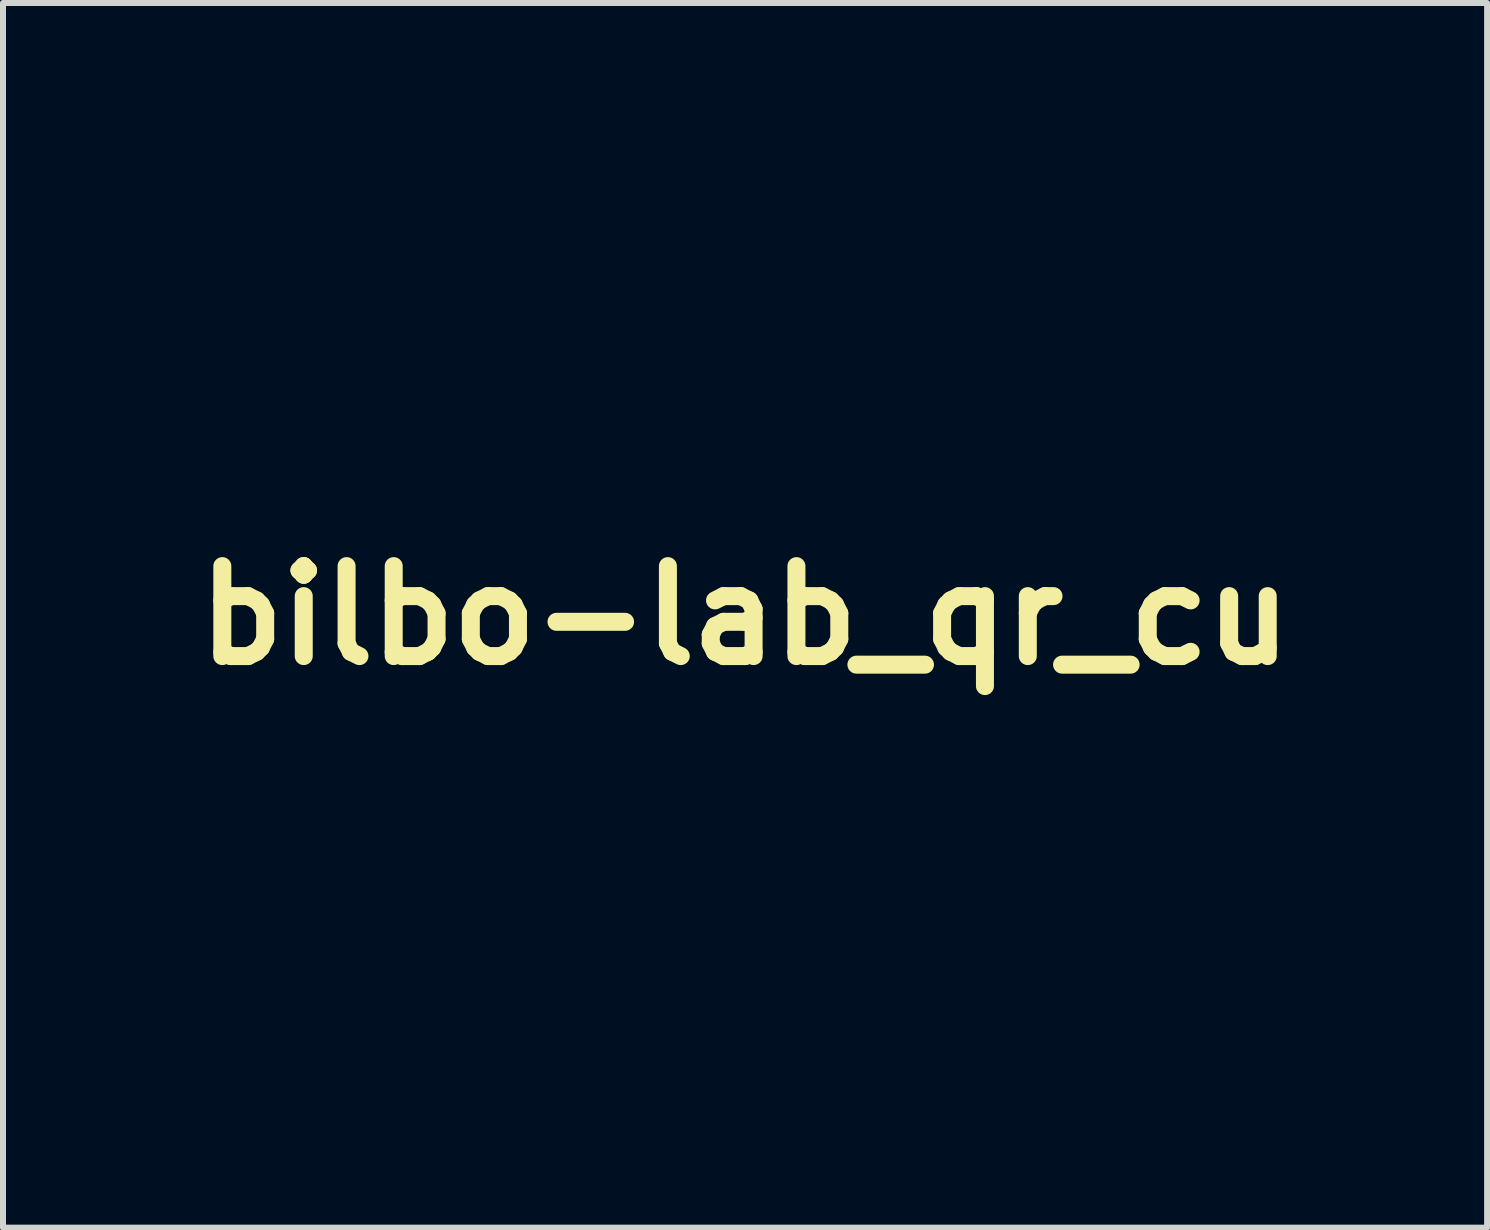
<source format=kicad_pcb>
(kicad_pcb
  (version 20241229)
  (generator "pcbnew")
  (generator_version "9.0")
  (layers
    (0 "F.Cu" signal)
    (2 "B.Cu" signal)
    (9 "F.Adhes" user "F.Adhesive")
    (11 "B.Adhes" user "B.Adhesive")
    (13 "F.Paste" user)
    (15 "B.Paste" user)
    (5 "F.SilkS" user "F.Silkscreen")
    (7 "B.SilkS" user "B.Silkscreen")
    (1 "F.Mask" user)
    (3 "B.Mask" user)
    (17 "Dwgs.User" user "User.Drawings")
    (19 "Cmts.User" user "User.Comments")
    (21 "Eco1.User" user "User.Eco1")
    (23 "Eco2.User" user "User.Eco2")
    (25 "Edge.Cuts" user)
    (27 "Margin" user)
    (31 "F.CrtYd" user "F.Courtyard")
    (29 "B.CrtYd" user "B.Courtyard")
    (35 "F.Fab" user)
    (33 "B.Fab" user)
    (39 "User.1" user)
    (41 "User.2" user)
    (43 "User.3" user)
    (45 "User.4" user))
  (footprint "bilbo-lab_qr_cu"
    (layer "F.Cu")
    (at 9.371 7.21)
    (property "Reference" "bilbo-lab_qr_cu" (at 0 0 0) (layer "F.SilkS") (effects (font (size 1.5 1.5) (thickness 0.3))))
    (attr board_only exclude_from_pos_files exclude_from_bom)
    (fp_poly (pts (xy -1.139 2.271) (xy -1.14 2.494) (xy -1.363 2.495) (xy -1.585 2.496) (xy -1.585 2.271) (xy -1.585 2.047) (xy -1.362 2.047) (xy -1.139 2.047)) (stroke (width 0) (type solid)) (fill yes) (layer "F.Mask"))
    (fp_poly (pts (xy -1.139 -4.995) (xy -1.139 -4.77) (xy -1.362 -4.77) (xy -1.585 -4.77) (xy -1.585 -4.995) (xy -1.585 -5.22) (xy -1.362 -5.22) (xy -1.139 -5.22)) (stroke (width 0) (type solid)) (fill yes) (layer "F.Mask"))
    (fp_poly (pts (xy -0.684 1.817) (xy -0.683 2.04) (xy -0.908 2.04) (xy -1.133 2.04) (xy -1.132 1.817) (xy -1.131 1.593) (xy -0.908 1.593) (xy -0.685 1.593)) (stroke (width 0) (type solid)) (fill yes) (layer "F.Mask"))
    (fp_poly (pts (xy -0.231 2.271) (xy -0.231 2.496) (xy -0.454 2.496) (xy -0.677 2.496) (xy -0.677 2.271) (xy -0.677 2.047) (xy -0.454 2.047) (xy -0.231 2.047)) (stroke (width 0) (type solid)) (fill yes) (layer "F.Mask"))
    (fp_poly (pts (xy 0.677 -4.541) (xy 0.677 -4.318) (xy 0.454 -4.318) (xy 0.231 -4.318) (xy 0.231 -4.541) (xy 0.231 -4.764) (xy 0.454 -4.764) (xy 0.677 -4.764)) (stroke (width 0) (type solid)) (fill yes) (layer "F.Mask"))
    (fp_poly (pts (xy 0.677 -2.498) (xy 0.677 -2.047) (xy 0.454 -2.047) (xy 0.231 -2.047) (xy 0.231 -2.498) (xy 0.231 -2.948) (xy 0.454 -2.948) (xy 0.677 -2.948)) (stroke (width 0) (type solid)) (fill yes) (layer "F.Mask"))
    (fp_poly (pts (xy 1.133 0.454) (xy 1.133 0.677) (xy 0.908 0.677) (xy 0.683 0.677) (xy 0.683 0.454) (xy 0.683 0.231) (xy 0.908 0.231) (xy 1.133 0.231)) (stroke (width 0) (type solid)) (fill yes) (layer "F.Mask"))
    (fp_poly (pts (xy 3.404 -0.454) (xy 3.404 -0.231) (xy 3.179 -0.231) (xy 2.955 -0.231) (xy 2.955 -0.454) (xy 2.955 -0.677) (xy 3.179 -0.677) (xy 3.404 -0.677)) (stroke (width 0) (type solid)) (fill yes) (layer "F.Mask"))
    (fp_poly (pts (xy 3.856 -0.908) (xy 3.856 -0.683) (xy 3.633 -0.683) (xy 3.41 -0.683) (xy 3.41 -0.908) (xy 3.41 -1.133) (xy 3.633 -1.133) (xy 3.856 -1.133)) (stroke (width 0) (type solid)) (fill yes) (layer "F.Mask"))
    (fp_poly (pts (xy 4.764 4.087) (xy 4.764 4.312) (xy 4.541 4.312) (xy 4.318 4.312) (xy 4.318 4.087) (xy 4.318 3.862) (xy 4.541 3.862) (xy 4.764 3.862)) (stroke (width 0) (type solid)) (fill yes) (layer "F.Mask"))
    (fp_poly (pts (xy -2.724 1.139) (xy -2.501 1.14) (xy -2.501 1.363) (xy -2.501 1.587) (xy -2.722 1.587) (xy -2.759 1.587) (xy -2.793 1.587) (xy -2.825 1.587) (xy -2.855 1.587) (xy -2.881 1.587) (xy -2.904 1.587) (xy -2.922 1.587) (xy -2.935 1.587) (xy -2.944 1.586) (xy -2.946 1.586) (xy -2.947 1.583) (xy -2.947 1.574) (xy -2.947 1.56) (xy -2.948 1.541) (xy -2.948 1.518) (xy -2.948 1.491) (xy -2.948 1.462) (xy -2.948 1.429) (xy -2.948 1.394) (xy -2.948 1.361) (xy -2.948 1.139)) (stroke (width 0) (type solid)) (fill yes) (layer "F.Mask"))
    (fp_poly (pts (xy 0.223 -4.995) (xy 0.223 -4.772) (xy 0.001 -4.771) (xy -0.043 -4.771) (xy -0.081 -4.771) (xy -0.114 -4.771) (xy -0.142 -4.771) (xy -0.165 -4.771) (xy -0.183 -4.771) (xy -0.198 -4.772) (xy -0.209 -4.772) (xy -0.216 -4.773) (xy -0.221 -4.773) (xy -0.223 -4.774) (xy -0.223 -4.774) (xy -0.224 -4.778) (xy -0.224 -4.787) (xy -0.224 -4.801) (xy -0.224 -4.82) (xy -0.224 -4.843) (xy -0.224 -4.87) (xy -0.224 -4.9) (xy -0.224 -4.933) (xy -0.224 -4.968) (xy -0.224 -4.998) (xy -0.223 -5.218) (xy 0 -5.218) (xy 0.223 -5.218)) (stroke (width 0) (type solid)) (fill yes) (layer "F.Mask"))
    (fp_poly (pts (xy 0.223 -4.087) (xy 0.223 -3.864) (xy 0.001 -3.863) (xy -0.043 -3.863) (xy -0.081 -3.863) (xy -0.114 -3.863) (xy -0.142 -3.863) (xy -0.165 -3.863) (xy -0.183 -3.863) (xy -0.198 -3.864) (xy -0.209 -3.864) (xy -0.216 -3.865) (xy -0.221 -3.865) (xy -0.223 -3.866) (xy -0.223 -3.866) (xy -0.224 -3.87) (xy -0.224 -3.879) (xy -0.224 -3.893) (xy -0.224 -3.912) (xy -0.224 -3.936) (xy -0.224 -3.962) (xy -0.224 -3.992) (xy -0.224 -4.025) (xy -0.224 -4.06) (xy -0.224 -4.09) (xy -0.223 -4.31) (xy 0 -4.31) (xy 0.223 -4.31)) (stroke (width 0) (type solid)) (fill yes) (layer "F.Mask"))
    (fp_poly (pts (xy 4.311 1.817) (xy 4.31 2.494) (xy 4.088 2.495) (xy 4.052 2.495) (xy 4.018 2.495) (xy 3.985 2.495) (xy 3.956 2.495) (xy 3.93 2.495) (xy 3.907 2.495) (xy 3.889 2.495) (xy 3.875 2.495) (xy 3.867 2.494) (xy 3.864 2.494) (xy 3.864 2.491) (xy 3.864 2.482) (xy 3.864 2.467) (xy 3.864 2.447) (xy 3.864 2.422) (xy 3.863 2.393) (xy 3.863 2.359) (xy 3.863 2.32) (xy 3.863 2.278) (xy 3.863 2.232) (xy 3.863 2.183) (xy 3.863 2.131) (xy 3.863 2.076) (xy 3.863 2.018) (xy 3.862 1.959) (xy 3.862 1.897) (xy 3.862 1.833) (xy 3.862 1.815) (xy 3.862 1.139) (xy 4.087 1.139) (xy 4.312 1.139)) (stroke (width 0) (type solid)) (fill yes) (layer "F.Mask"))
    (fp_poly (pts (xy -0.231 -4.541) (xy -0.231 -4.318) (xy -0.453 -4.318) (xy -0.49 -4.318) (xy -0.524 -4.318) (xy -0.557 -4.318) (xy -0.586 -4.317) (xy -0.613 -4.317) (xy -0.635 -4.317) (xy -0.654 -4.316) (xy -0.668 -4.316) (xy -0.676 -4.316) (xy -0.679 -4.315) (xy -0.68 -4.314) (xy -0.681 -4.309) (xy -0.681 -4.302) (xy -0.682 -4.291) (xy -0.682 -4.276) (xy -0.683 -4.258) (xy -0.683 -4.235) (xy -0.683 -4.207) (xy -0.684 -4.174) (xy -0.684 -4.136) (xy -0.684 -4.092) (xy -0.684 -4.088) (xy -0.685 -3.864) (xy -1.135 -3.863) (xy -1.585 -3.862) (xy -1.585 -4.087) (xy -1.585 -4.312) (xy -1.36 -4.313) (xy -1.134 -4.313) (xy -1.133 -4.539) (xy -1.133 -4.764) (xy -0.682 -4.764) (xy -0.231 -4.764)) (stroke (width 0) (type solid)) (fill yes) (layer "F.Mask"))
    (fp_poly (pts (xy -1.138 -2.723) (xy -1.137 -2.498) (xy -0.911 -2.496) (xy -0.685 -2.494) (xy -0.683 -2.268) (xy -0.682 -2.042) (xy -0.229 -2.041) (xy 0.225 -2.04) (xy 0.225 -1.59) (xy 0.225 -1.139) (xy 0.00002 -1.139) (xy -0.225 -1.139) (xy -0.225 -1.364) (xy -0.226 -1.59) (xy -0.679 -1.591) (xy -1.131 -1.593) (xy -1.132 -1.817) (xy -1.132 -1.862) (xy -1.132 -1.9) (xy -1.132 -1.933) (xy -1.133 -1.962) (xy -1.133 -1.985) (xy -1.133 -2.004) (xy -1.134 -2.019) (xy -1.134 -2.03) (xy -1.135 -2.037) (xy -1.136 -2.042) (xy -1.136 -2.044) (xy -1.136 -2.044) (xy -1.14 -2.045) (xy -1.149 -2.045) (xy -1.164 -2.045) (xy -1.183 -2.046) (xy -1.206 -2.046) (xy -1.233 -2.046) (xy -1.263 -2.046) (xy -1.295 -2.046) (xy -1.33 -2.047) (xy -1.363 -2.047) (xy -1.585 -2.047) (xy -1.585 -2.498) (xy -1.585 -2.948) (xy -1.362 -2.948) (xy -1.139 -2.948)) (stroke (width 0) (type solid)) (fill yes) (layer "F.Mask"))
    (fp_poly (pts (xy 5.198 -4.086) (xy 5.197 -2.977) (xy 4.088 -2.977) (xy 2.979 -2.976) (xy 2.979 -3.789) (xy 3.404 -3.789) (xy 3.404 -3.736) (xy 3.404 -3.685) (xy 3.404 -3.638) (xy 3.405 -3.595) (xy 3.405 -3.555) (xy 3.405 -3.52) (xy 3.405 -3.489) (xy 3.405 -3.462) (xy 3.405 -3.441) (xy 3.405 -3.424) (xy 3.405 -3.413) (xy 3.405 -3.408) (xy 3.405 -3.408) (xy 3.407 -3.407) (xy 3.41 -3.407) (xy 3.416 -3.406) (xy 3.425 -3.406) (xy 3.436 -3.406) (xy 3.451 -3.406) (xy 3.469 -3.405) (xy 3.49 -3.405) (xy 3.515 -3.405) (xy 3.544 -3.405) (xy 3.577 -3.405) (xy 3.615 -3.405) (xy 3.657 -3.405) (xy 3.703 -3.404) (xy 3.755 -3.404) (xy 3.811 -3.404) (xy 3.873 -3.404) (xy 3.941 -3.405) (xy 4.014 -3.405) (xy 4.088 -3.405) (xy 4.769 -3.405) (xy 4.769 -4.087) (xy 4.769 -4.769) (xy 4.087 -4.769) (xy 3.405 -4.769) (xy 3.405 -4.09) (xy 3.405 -4.026) (xy 3.405 -3.964) (xy 3.404 -3.903) (xy 3.404 -3.845) (xy 3.404 -3.789) (xy 2.979 -3.789) (xy 2.979 -4.086) (xy 2.979 -5.195) (xy 4.089 -5.195) (xy 5.198 -5.195)) (stroke (width 0) (type solid)) (fill yes) (layer "F.Mask"))
    (fp_poly (pts (xy -0.231 -3.634) (xy -0.231 -3.598) (xy -0.231 -3.563) (xy -0.23 -3.531) (xy -0.23 -3.501) (xy -0.23 -3.474) (xy -0.23 -3.452) (xy -0.229 -3.433) (xy -0.229 -3.419) (xy -0.229 -3.411) (xy -0.228 -3.408) (xy -0.227 -3.407) (xy -0.222 -3.406) (xy -0.215 -3.406) (xy -0.204 -3.405) (xy -0.189 -3.405) (xy -0.171 -3.404) (xy -0.147 -3.404) (xy -0.12 -3.404) (xy -0.087 -3.404) (xy -0.049 -3.403) (xy -0.005 -3.403) (xy -0.001 -3.403) (xy 0.223 -3.402) (xy 0.224 -3.178) (xy 0.225 -2.955) (xy 0.000394 -2.955) (xy -0.043 -2.955) (xy -0.081 -2.954) (xy -0.114 -2.954) (xy -0.141 -2.954) (xy -0.164 -2.954) (xy -0.183 -2.954) (xy -0.198 -2.953) (xy -0.209 -2.953) (xy -0.217 -2.952) (xy -0.223 -2.952) (xy -0.226 -2.951) (xy -0.227 -2.95) (xy -0.228 -2.947) (xy -0.229 -2.94) (xy -0.229 -2.928) (xy -0.23 -2.912) (xy -0.23 -2.89) (xy -0.231 -2.863) (xy -0.231 -2.831) (xy -0.231 -2.793) (xy -0.231 -2.75) (xy -0.232 -2.723) (xy -0.232 -2.501) (xy -0.455 -2.5) (xy -0.677 -2.499) (xy -0.677 -3.178) (xy -0.677 -3.856) (xy -0.454 -3.856) (xy -0.231 -3.856)) (stroke (width 0) (type solid)) (fill yes) (layer "F.Mask"))
    (fp_poly (pts (xy 0.677 -0.454) (xy 0.677 0.225) (xy 0.454 0.225) (xy 0.231 0.225) (xy 0.231 0.001) (xy 0.231 -0.044) (xy 0.231 -0.084) (xy 0.231 -0.117) (xy 0.23 -0.146) (xy 0.23 -0.169) (xy 0.23 -0.189) (xy 0.229 -0.203) (xy 0.229 -0.214) (xy 0.228 -0.222) (xy 0.228 -0.226) (xy 0.227 -0.227) (xy 0.225 -0.228) (xy 0.22 -0.229) (xy 0.211 -0.229) (xy 0.199 -0.23) (xy 0.182 -0.23) (xy 0.162 -0.23) (xy 0.136 -0.23) (xy 0.106 -0.231) (xy 0.07 -0.231) (xy 0.029 -0.231) (xy -0.001 -0.231) (xy -0.225 -0.231) (xy -0.225 -0.454) (xy -0.225 -0.677) (xy -0.003 -0.677) (xy 0.046 -0.677) (xy 0.09 -0.677) (xy 0.127 -0.678) (xy 0.158 -0.678) (xy 0.184 -0.678) (xy 0.203 -0.679) (xy 0.216 -0.679) (xy 0.224 -0.68) (xy 0.225 -0.68) (xy 0.226 -0.681) (xy 0.227 -0.682) (xy 0.228 -0.684) (xy 0.228 -0.688) (xy 0.229 -0.693) (xy 0.23 -0.701) (xy 0.23 -0.71) (xy 0.23 -0.723) (xy 0.23 -0.74) (xy 0.231 -0.76) (xy 0.231 -0.785) (xy 0.231 -0.814) (xy 0.231 -0.848) (xy 0.231 -0.888) (xy 0.231 -0.908) (xy 0.231 -1.133) (xy 0.454 -1.133) (xy 0.677 -1.133)) (stroke (width 0) (type solid)) (fill yes) (layer "F.Mask"))
    (fp_poly (pts (xy -0.231 -0.001) (xy -0.231 0.044) (xy -0.231 0.084) (xy -0.231 0.117) (xy -0.23 0.146) (xy -0.23 0.169) (xy -0.23 0.189) (xy -0.229 0.203) (xy -0.229 0.214) (xy -0.228 0.222) (xy -0.228 0.226) (xy -0.227 0.227) (xy -0.225 0.228) (xy -0.22 0.229) (xy -0.211 0.229) (xy -0.199 0.23) (xy -0.182 0.23) (xy -0.162 0.23) (xy -0.136 0.23) (xy -0.106 0.231) (xy -0.07 0.231) (xy -0.029 0.231) (xy 0.001 0.231) (xy 0.225 0.231) (xy 0.225 0.454) (xy 0.225 0.677) (xy -0.225 0.677) (xy -0.277 0.677) (xy -0.328 0.677) (xy -0.376 0.677) (xy -0.422 0.677) (xy -0.466 0.678) (xy -0.506 0.678) (xy -0.543 0.678) (xy -0.576 0.678) (xy -0.606 0.678) (xy -0.63 0.679) (xy -0.651 0.679) (xy -0.666 0.679) (xy -0.675 0.679) (xy -0.679 0.68) (xy -0.679 0.68) (xy -0.68 0.681) (xy -0.681 0.686) (xy -0.681 0.693) (xy -0.682 0.704) (xy -0.682 0.719) (xy -0.683 0.737) (xy -0.683 0.76) (xy -0.683 0.788) (xy -0.684 0.821) (xy -0.684 0.859) (xy -0.684 0.903) (xy -0.684 0.907) (xy -0.685 1.131) (xy -0.909 1.132) (xy -1.133 1.133) (xy -1.132 0.455) (xy -1.131 -0.223) (xy -0.681 -0.224) (xy -0.231 -0.225)) (stroke (width 0) (type solid)) (fill yes) (layer "F.Mask"))
    (fp_poly (pts (xy -1.59 0.684) (xy -1.59 1.137) (xy -1.364 1.138) (xy -1.139 1.139) (xy -1.139 1.363) (xy -1.14 1.587) (xy -1.588 1.587) (xy -1.64 1.587) (xy -1.69 1.587) (xy -1.739 1.587) (xy -1.784 1.587) (xy -1.828 1.587) (xy -1.868 1.587) (xy -1.904 1.587) (xy -1.937 1.587) (xy -1.966 1.587) (xy -1.991 1.587) (xy -2.011 1.587) (xy -2.025 1.587) (xy -2.035 1.586) (xy -2.038 1.586) (xy -2.038 1.586) (xy -2.039 1.583) (xy -2.039 1.574) (xy -2.039 1.56) (xy -2.04 1.541) (xy -2.04 1.518) (xy -2.04 1.491) (xy -2.04 1.462) (xy -2.04 1.429) (xy -2.041 1.394) (xy -2.041 1.362) (xy -2.041 1.326) (xy -2.041 1.291) (xy -2.041 1.259) (xy -2.041 1.229) (xy -2.041 1.203) (xy -2.042 1.18) (xy -2.042 1.162) (xy -2.042 1.148) (xy -2.043 1.139) (xy -2.043 1.136) (xy -2.045 1.136) (xy -2.049 1.135) (xy -2.057 1.134) (xy -2.068 1.134) (xy -2.082 1.133) (xy -2.101 1.133) (xy -2.124 1.133) (xy -2.152 1.132) (xy -2.184 1.132) (xy -2.223 1.132) (xy -2.267 1.132) (xy -2.27 1.132) (xy -2.494 1.131) (xy -2.494 0.908) (xy -2.494 0.685) (xy -2.268 0.683) (xy -2.042 0.682) (xy -2.041 0.456) (xy -2.04 0.231) (xy -1.816 0.231) (xy -1.591 0.231)) (stroke (width 0) (type solid)) (fill yes) (layer "F.Mask"))
    (fp_poly (pts (xy 2.724 2.047) (xy 3.402 2.048) (xy 3.402 2.725) (xy 3.402 3.402) (xy 2.727 3.403) (xy 2.663 3.403) (xy 2.6 3.403) (xy 2.54 3.403) (xy 2.482 3.403) (xy 2.426 3.403) (xy 2.373 3.403) (xy 2.323 3.403) (xy 2.276 3.403) (xy 2.233 3.403) (xy 2.194 3.403) (xy 2.159 3.403) (xy 2.128 3.403) (xy 2.102 3.403) (xy 2.08 3.402) (xy 2.064 3.402) (xy 2.054 3.402) (xy 2.049 3.402) (xy 2.049 3.402) (xy 2.048 3.399) (xy 2.048 3.39) (xy 2.048 3.375) (xy 2.048 3.355) (xy 2.048 3.33) (xy 2.048 3.301) (xy 2.047 3.266) (xy 2.047 3.228) (xy 2.047 3.186) (xy 2.047 3.14) (xy 2.047 3.091) (xy 2.047 3.039) (xy 2.047 2.984) (xy 2.047 2.926) (xy 2.047 2.866) (xy 2.047 2.826) (xy 2.497 2.826) (xy 2.497 2.856) (xy 2.497 2.883) (xy 2.497 2.906) (xy 2.497 2.924) (xy 2.497 2.939) (xy 2.497 2.947) (xy 2.497 2.951) (xy 2.499 2.951) (xy 2.503 2.952) (xy 2.509 2.953) (xy 2.519 2.953) (xy 2.533 2.953) (xy 2.55 2.954) (xy 2.572 2.954) (xy 2.598 2.954) (xy 2.629 2.954) (xy 2.665 2.954) (xy 2.707 2.954) (xy 2.726 2.954) (xy 2.953 2.953) (xy 2.953 2.725) (xy 2.953 2.498) (xy 2.725 2.498) (xy 2.498 2.498) (xy 2.497 2.722) (xy 2.497 2.759) (xy 2.497 2.794) (xy 2.497 2.826) (xy 2.047 2.826) (xy 2.047 2.805) (xy 2.047 2.741) (xy 2.047 2.723) (xy 2.047 2.047)) (stroke (width 0) (type solid)) (fill yes) (layer "F.Mask"))
    (fp_poly (pts (xy -2.977 -4.086) (xy -2.977 -2.977) (xy -4.086 -2.977) (xy -4.168 -2.977) (xy -4.248 -2.977) (xy -4.327 -2.977) (xy -4.403 -2.977) (xy -4.478 -2.977) (xy -4.55 -2.977) (xy -4.619 -2.977) (xy -4.686 -2.977) (xy -4.749 -2.977) (xy -4.809 -2.977) (xy -4.866 -2.977) (xy -4.919 -2.977) (xy -4.968 -2.977) (xy -5.013 -2.977) (xy -5.053 -2.977) (xy -5.089 -2.977) (xy -5.12 -2.977) (xy -5.146 -2.977) (xy -5.167 -2.978) (xy -5.183 -2.978) (xy -5.192 -2.978) (xy -5.196 -2.978) (xy -5.196 -2.978) (xy -5.196 -2.981) (xy -5.197 -2.99) (xy -5.197 -3.005) (xy -5.197 -3.025) (xy -5.197 -3.051) (xy -5.197 -3.081) (xy -5.197 -3.116) (xy -5.197 -3.156) (xy -5.197 -3.201) (xy -5.198 -3.249) (xy -5.198 -3.302) (xy -5.198 -3.358) (xy -5.198 -3.418) (xy -5.198 -3.481) (xy -5.198 -3.547) (xy -5.198 -3.616) (xy -5.198 -3.688) (xy -5.198 -3.762) (xy -5.198 -3.789) (xy -4.77 -3.789) (xy -4.77 -3.736) (xy -4.77 -3.685) (xy -4.77 -3.638) (xy -4.77 -3.595) (xy -4.77 -3.555) (xy -4.77 -3.52) (xy -4.77 -3.489) (xy -4.769 -3.462) (xy -4.769 -3.441) (xy -4.769 -3.424) (xy -4.769 -3.413) (xy -4.769 -3.408) (xy -4.769 -3.408) (xy -4.768 -3.407) (xy -4.764 -3.407) (xy -4.758 -3.406) (xy -4.75 -3.406) (xy -4.738 -3.406) (xy -4.723 -3.406) (xy -4.705 -3.405) (xy -4.684 -3.405) (xy -4.659 -3.405) (xy -4.63 -3.405) (xy -4.597 -3.405) (xy -4.56 -3.405) (xy -4.518 -3.405) (xy -4.471 -3.404) (xy -4.42 -3.404) (xy -4.363 -3.404) (xy -4.301 -3.404) (xy -4.234 -3.405) (xy -4.161 -3.405) (xy -4.086 -3.405) (xy -3.405 -3.405) (xy -3.405 -4.087) (xy -3.405 -4.769) (xy -4.087 -4.769) (xy -4.769 -4.769) (xy -4.77 -4.09) (xy -4.77 -4.026) (xy -4.77 -3.964) (xy -4.77 -3.903) (xy -4.77 -3.845) (xy -4.77 -3.789) (xy -5.198 -3.789) (xy -5.198 -3.838) (xy -5.198 -3.916) (xy -5.198 -3.997) (xy -5.198 -4.078) (xy -5.198 -4.088) (xy -5.198 -5.195) (xy -4.087 -5.195) (xy -2.976 -5.195)) (stroke (width 0) (type solid)) (fill yes) (layer "F.Mask"))
    (fp_poly (pts (xy -2.977 4.088) (xy -2.977 5.197) (xy -4.086 5.198) (xy -4.168 5.198) (xy -4.248 5.198) (xy -4.327 5.198) (xy -4.403 5.198) (xy -4.478 5.198) (xy -4.55 5.198) (xy -4.619 5.198) (xy -4.686 5.198) (xy -4.749 5.198) (xy -4.809 5.198) (xy -4.866 5.197) (xy -4.919 5.197) (xy -4.968 5.197) (xy -5.013 5.197) (xy -5.053 5.197) (xy -5.089 5.197) (xy -5.12 5.197) (xy -5.146 5.197) (xy -5.167 5.197) (xy -5.183 5.197) (xy -5.192 5.196) (xy -5.196 5.196) (xy -5.196 5.196) (xy -5.196 5.193) (xy -5.197 5.184) (xy -5.197 5.169) (xy -5.197 5.149) (xy -5.197 5.124) (xy -5.197 5.093) (xy -5.197 5.058) (xy -5.197 5.018) (xy -5.197 4.973) (xy -5.198 4.925) (xy -5.198 4.873) (xy -5.198 4.816) (xy -5.198 4.757) (xy -5.198 4.694) (xy -5.198 4.627) (xy -5.198 4.558) (xy -5.198 4.487) (xy -5.198 4.413) (xy -5.198 4.385) (xy -4.77 4.385) (xy -4.77 4.439) (xy -4.77 4.489) (xy -4.77 4.536) (xy -4.77 4.579) (xy -4.77 4.619) (xy -4.77 4.654) (xy -4.77 4.686) (xy -4.769 4.712) (xy -4.769 4.734) (xy -4.769 4.75) (xy -4.769 4.761) (xy -4.769 4.766) (xy -4.769 4.767) (xy -4.768 4.767) (xy -4.764 4.767) (xy -4.758 4.768) (xy -4.75 4.768) (xy -4.738 4.768) (xy -4.723 4.769) (xy -4.705 4.769) (xy -4.684 4.769) (xy -4.659 4.769) (xy -4.63 4.769) (xy -4.597 4.77) (xy -4.56 4.77) (xy -4.518 4.77) (xy -4.471 4.77) (xy -4.42 4.77) (xy -4.363 4.77) (xy -4.301 4.77) (xy -4.234 4.77) (xy -4.161 4.77) (xy -4.086 4.77) (xy -3.405 4.769) (xy -3.405 4.087) (xy -3.405 3.405) (xy -4.087 3.405) (xy -4.769 3.405) (xy -4.77 4.084) (xy -4.77 4.148) (xy -4.77 4.21) (xy -4.77 4.271) (xy -4.77 4.329) (xy -4.77 4.385) (xy -5.198 4.385) (xy -5.198 4.336) (xy -5.198 4.258) (xy -5.198 4.178) (xy -5.198 4.096) (xy -5.198 4.087) (xy -5.198 2.979) (xy -4.087 2.979) (xy -2.976 2.979)) (stroke (width 0) (type solid)) (fill yes) (layer "F.Mask"))
    (fp_poly (pts (xy 4.764 -0.91) (xy 4.764 -0.867) (xy 4.764 -0.83) (xy 4.764 -0.798) (xy 4.764 -0.772) (xy 4.765 -0.749) (xy 4.765 -0.731) (xy 4.765 -0.716) (xy 4.766 -0.705) (xy 4.766 -0.696) (xy 4.767 -0.69) (xy 4.767 -0.686) (xy 4.768 -0.683) (xy 4.769 -0.682) (xy 4.769 -0.682) (xy 4.77 -0.681) (xy 4.773 -0.68) (xy 4.777 -0.68) (xy 4.783 -0.679) (xy 4.792 -0.678) (xy 4.803 -0.678) (xy 4.817 -0.678) (xy 4.835 -0.678) (xy 4.857 -0.677) (xy 4.884 -0.677) (xy 4.915 -0.677) (xy 4.952 -0.677) (xy 4.994 -0.677) (xy 4.997 -0.677) (xy 5.22 -0.677) (xy 5.22 -0.226) (xy 5.22 0.225) (xy 4.996 0.225) (xy 4.951 0.225) (xy 4.911 0.225) (xy 4.878 0.225) (xy 4.849 0.225) (xy 4.826 0.225) (xy 4.806 0.226) (xy 4.792 0.226) (xy 4.781 0.227) (xy 4.773 0.227) (xy 4.769 0.228) (xy 4.768 0.228) (xy 4.767 0.23) (xy 4.767 0.235) (xy 4.766 0.243) (xy 4.766 0.254) (xy 4.766 0.268) (xy 4.765 0.287) (xy 4.765 0.309) (xy 4.765 0.335) (xy 4.765 0.366) (xy 4.765 0.402) (xy 4.764 0.442) (xy 4.764 0.487) (xy 4.764 0.538) (xy 4.764 0.595) (xy 4.764 0.657) (xy 4.764 0.682) (xy 4.764 1.133) (xy 4.541 1.133) (xy 4.318 1.133) (xy 4.318 0.908) (xy 4.318 0.866) (xy 4.318 0.829) (xy 4.318 0.797) (xy 4.318 0.771) (xy 4.318 0.749) (xy 4.317 0.731) (xy 4.317 0.716) (xy 4.317 0.705) (xy 4.316 0.696) (xy 4.316 0.69) (xy 4.315 0.686) (xy 4.314 0.683) (xy 4.314 0.682) (xy 4.313 0.681) (xy 4.312 0.68) (xy 4.308 0.68) (xy 4.299 0.679) (xy 4.284 0.679) (xy 4.263 0.679) (xy 4.236 0.678) (xy 4.204 0.678) (xy 4.166 0.678) (xy 4.121 0.677) (xy 4.071 0.677) (xy 4.015 0.677) (xy 3.953 0.677) (xy 3.885 0.677) (xy 3.858 0.677) (xy 3.41 0.677) (xy 3.41 0.226) (xy 3.41 -0.225) (xy 3.862 -0.225) (xy 3.924 -0.225) (xy 3.98 -0.225) (xy 4.03 -0.225) (xy 4.075 -0.225) (xy 4.115 -0.225) (xy 4.151 -0.225) (xy 4.182 -0.225) (xy 4.209 -0.225) (xy 4.232 -0.225) (xy 4.252 -0.226) (xy 4.268 -0.226) (xy 4.281 -0.226) (xy 4.292 -0.226) (xy 4.3 -0.227) (xy 4.307 -0.227) (xy 4.311 -0.228) (xy 4.314 -0.228) (xy 4.315 -0.229) (xy 4.316 -0.23) (xy 4.316 -0.233) (xy 4.316 -0.242) (xy 4.317 -0.257) (xy 4.317 -0.277) (xy 4.317 -0.302) (xy 4.317 -0.331) (xy 4.317 -0.364) (xy 4.317 -0.4) (xy 4.318 -0.441) (xy 4.318 -0.484) (xy 4.318 -0.53) (xy 4.318 -0.578) (xy 4.318 -0.628) (xy 4.318 -0.68) (xy 4.318 -0.683) (xy 4.318 -1.133) (xy 4.541 -1.133) (xy 4.764 -1.133)) (stroke (width 0) (type solid)) (fill yes) (layer "F.Mask"))
    (fp_poly (pts (xy 2.496 -0.225) (xy 2.496 -0.163) (xy 2.496 -0.107) (xy 2.496 -0.057) (xy 2.496 -0.012) (xy 2.496 0.028) (xy 2.496 0.064) (xy 2.496 0.095) (xy 2.496 0.122) (xy 2.497 0.145) (xy 2.497 0.165) (xy 2.497 0.181) (xy 2.497 0.194) (xy 2.498 0.205) (xy 2.498 0.213) (xy 2.499 0.22) (xy 2.499 0.224) (xy 2.5 0.227) (xy 2.5 0.228) (xy 2.501 0.229) (xy 2.505 0.229) (xy 2.514 0.23) (xy 2.529 0.23) (xy 2.548 0.23) (xy 2.571 0.23) (xy 2.598 0.23) (xy 2.628 0.231) (xy 2.661 0.231) (xy 2.696 0.231) (xy 2.727 0.231) (xy 2.948 0.231) (xy 2.948 0.454) (xy 2.948 0.677) (xy 2.726 0.677) (xy 2.69 0.677) (xy 2.655 0.677) (xy 2.623 0.677) (xy 2.593 0.678) (xy 2.566 0.678) (xy 2.544 0.678) (xy 2.525 0.679) (xy 2.511 0.679) (xy 2.503 0.679) (xy 2.5 0.68) (xy 2.499 0.681) (xy 2.498 0.685) (xy 2.498 0.692) (xy 2.497 0.702) (xy 2.497 0.716) (xy 2.497 0.734) (xy 2.497 0.756) (xy 2.497 0.782) (xy 2.497 0.813) (xy 2.497 0.85) (xy 2.497 0.892) (xy 2.497 0.91) (xy 2.498 1.137) (xy 2.719 1.138) (xy 2.756 1.138) (xy 2.79 1.138) (xy 2.823 1.138) (xy 2.853 1.138) (xy 2.879 1.138) (xy 2.902 1.138) (xy 2.921 1.138) (xy 2.935 1.138) (xy 2.944 1.137) (xy 2.948 1.137) (xy 2.954 1.136) (xy 2.955 0.91) (xy 2.956 0.685) (xy 3.179 0.685) (xy 3.402 0.685) (xy 3.402 1.136) (xy 3.402 1.587) (xy 2.495 1.587) (xy 1.588 1.588) (xy 1.587 2.267) (xy 1.587 2.947) (xy 1.363 2.948) (xy 1.319 2.948) (xy 1.282 2.948) (xy 1.249 2.948) (xy 1.222 2.948) (xy 1.199 2.949) (xy 1.18 2.949) (xy 1.165 2.95) (xy 1.154 2.95) (xy 1.146 2.951) (xy 1.14 2.951) (xy 1.137 2.952) (xy 1.136 2.953) (xy 1.135 2.956) (xy 1.135 2.963) (xy 1.134 2.975) (xy 1.134 2.992) (xy 1.133 3.014) (xy 1.133 3.041) (xy 1.132 3.074) (xy 1.132 3.112) (xy 1.132 3.156) (xy 1.132 3.179) (xy 1.131 3.402) (xy 0.909 3.403) (xy 0.873 3.403) (xy 0.838 3.403) (xy 0.806 3.403) (xy 0.777 3.403) (xy 0.751 3.403) (xy 0.728 3.403) (xy 0.71 3.403) (xy 0.696 3.402) (xy 0.688 3.402) (xy 0.685 3.402) (xy 0.685 3.399) (xy 0.685 3.39) (xy 0.684 3.376) (xy 0.684 3.357) (xy 0.684 3.334) (xy 0.684 3.307) (xy 0.683 3.277) (xy 0.683 3.245) (xy 0.683 3.21) (xy 0.683 3.176) (xy 0.683 3.133) (xy 0.683 3.096) (xy 0.683 3.065) (xy 0.683 3.038) (xy 0.683 3.016) (xy 0.683 2.998) (xy 0.682 2.983) (xy 0.682 2.972) (xy 0.681 2.964) (xy 0.681 2.958) (xy 0.68 2.954) (xy 0.68 2.951) (xy 0.679 2.95) (xy 0.678 2.95) (xy 0.675 2.95) (xy 0.665 2.95) (xy 0.651 2.95) (xy 0.631 2.949) (xy 0.606 2.949) (xy 0.577 2.949) (xy 0.544 2.949) (xy 0.507 2.949) (xy 0.467 2.949) (xy 0.424 2.949) (xy 0.378 2.949) (xy 0.33 2.948) (xy 0.28 2.948) (xy 0.228 2.948) (xy 0.224 2.948) (xy -0.225 2.948) (xy -0.225 2.725) (xy -0.225 2.502) (xy 0.226 2.502) (xy 0.288 2.502) (xy 0.345 2.502) (xy 0.396 2.502) (xy 0.442 2.502) (xy 0.483 2.502) (xy 0.519 2.502) (xy 0.551 2.502) (xy 0.578 2.501) (xy 0.602 2.501) (xy 0.622 2.501) (xy 0.638 2.501) (xy 0.651 2.5) (xy 0.662 2.5) (xy 0.669 2.5) (xy 0.675 2.499) (xy 0.678 2.499) (xy 0.68 2.498) (xy 0.68 2.498) (xy 0.681 2.495) (xy 0.681 2.489) (xy 0.682 2.478) (xy 0.682 2.463) (xy 0.682 2.443) (xy 0.683 2.419) (xy 0.683 2.389) (xy 0.683 2.354) (xy 0.683 2.314) (xy 0.682 2.268) (xy 0.682 2.042) (xy 0.229 2.041) (xy -0.225 2.04) (xy -0.225 1.59) (xy -0.225 1.139) (xy 0.682 1.138) (xy 1.59 1.137) (xy 1.591 0.911) (xy 1.593 0.685) (xy 1.819 0.683) (xy 2.045 0.682) (xy 2.046 0.23) (xy 2.046 0.163) (xy 2.046 0.103) (xy 2.046 0.048) (xy 2.046 -0.001) (xy 2.046 -0.044) (xy 2.046 -0.083) (xy 2.046 -0.116) (xy 2.046 -0.145) (xy 2.045 -0.169) (xy 2.045 -0.189) (xy 2.045 -0.204) (xy 2.044 -0.215) (xy 2.044 -0.223) (xy 2.043 -0.226) (xy 2.043 -0.227) (xy 2.042 -0.227) (xy 2.039 -0.228) (xy 2.034 -0.228) (xy 2.026 -0.229) (xy 2.017 -0.229) (xy 2.004 -0.229) (xy 1.988 -0.23) (xy 1.969 -0.23) (xy 1.946 -0.23) (xy 1.919 -0.23) (xy 1.888 -0.23) (xy 1.853 -0.231) (xy 1.813 -0.231) (xy 1.768 -0.231) (xy 1.717 -0.231) (xy 1.661 -0.231) (xy 1.6 -0.231) (xy 1.589 -0.231) (xy 1.139 -0.231) (xy 1.139 -0.454) (xy 1.139 -0.677) (xy 1.817 -0.677) (xy 2.496 -0.677)) (stroke (width 0) (type solid)) (fill yes) (layer "F.Mask"))
    (fp_poly (pts (xy 0.232 -7.21) (xy 0.398 -7.21) (xy 0.562 -7.21) (xy 0.727 -7.21) (xy 0.891 -7.21) (xy 1.054 -7.21) (xy 1.217 -7.21) (xy 1.379 -7.21) (xy 1.54 -7.21) (xy 1.7 -7.21) (xy 1.858 -7.21) (xy 2.015 -7.21) (xy 2.171 -7.21) (xy 2.326 -7.21) (xy 2.478 -7.21) (xy 2.629 -7.21) (xy 2.779 -7.21) (xy 2.926 -7.21) (xy 3.071 -7.209) (xy 3.213 -7.209) (xy 3.354 -7.209) (xy 3.492 -7.209) (xy 3.627 -7.209) (xy 3.76 -7.209) (xy 3.89 -7.209) (xy 4.017 -7.209) (xy 4.141 -7.209) (xy 4.262 -7.209) (xy 4.38 -7.209) (xy 4.495 -7.209) (xy 4.606 -7.209) (xy 4.713 -7.209) (xy 4.817 -7.209) (xy 4.916 -7.209) (xy 5.012 -7.208) (xy 5.104 -7.208) (xy 5.192 -7.208) (xy 5.275 -7.208) (xy 5.354 -7.208) (xy 5.429 -7.208) (xy 5.499 -7.208) (xy 5.564 -7.208) (xy 5.625 -7.208) (xy 5.68 -7.208) (xy 5.731 -7.208) (xy 5.776 -7.207) (xy 5.816 -7.207) (xy 5.85 -7.207) (xy 5.879 -7.207) (xy 5.903 -7.207) (xy 5.92 -7.207) (xy 5.932 -7.207) (xy 5.938 -7.207) (xy 5.938 -7.207) (xy 6.03 -7.197) (xy 6.119 -7.181) (xy 6.207 -7.159) (xy 6.293 -7.132) (xy 6.377 -7.1) (xy 6.458 -7.062) (xy 6.536 -7.02) (xy 6.611 -6.972) (xy 6.683 -6.919) (xy 6.752 -6.862) (xy 6.817 -6.8) (xy 6.878 -6.734) (xy 6.935 -6.663) (xy 6.987 -6.588) (xy 6.987 -6.588) (xy 7.034 -6.51) (xy 7.076 -6.431) (xy 7.112 -6.349) (xy 7.142 -6.265) (xy 7.167 -6.178) (xy 7.187 -6.088) (xy 7.201 -5.995) (xy 7.204 -5.97) (xy 7.204 -5.966) (xy 7.205 -5.955) (xy 7.205 -5.939) (xy 7.205 -5.916) (xy 7.205 -5.889) (xy 7.205 -5.855) (xy 7.205 -5.816) (xy 7.205 -5.772) (xy 7.206 -5.723) (xy 7.206 -5.668) (xy 7.206 -5.609) (xy 7.206 -5.544) (xy 7.206 -5.475) (xy 7.206 -5.402) (xy 7.206 -5.324) (xy 7.206 -5.241) (xy 7.207 -5.154) (xy 7.207 -5.063) (xy 7.207 -4.968) (xy 7.207 -4.869) (xy 7.207 -4.766) (xy 7.207 -4.659) (xy 7.207 -4.549) (xy 7.207 -4.435) (xy 7.207 -4.318) (xy 7.207 -4.197) (xy 7.208 -4.074) (xy 7.208 -3.947) (xy 7.208 -3.818) (xy 7.208 -3.685) (xy 7.208 -3.55) (xy 7.208 -3.412) (xy 7.208 -3.272) (xy 7.208 -3.13) (xy 7.208 -2.985) (xy 7.208 -2.838) (xy 7.208 -2.689) (xy 7.208 -2.538) (xy 7.208 -2.386) (xy 7.208 -2.231) (xy 7.208 -2.076) (xy 7.208 -1.918) (xy 7.209 -1.76) (xy 7.209 -1.6) (xy 7.209 -1.439) (xy 7.209 -1.277) (xy 7.209 -1.114) (xy 7.209 -0.95) (xy 7.209 -0.786) (xy 7.209 -0.621) (xy 7.209 -0.456) (xy 7.209 -0.291) (xy 7.209 -0.125) (xy 7.209 0.041) (xy 7.209 0.207) (xy 7.209 0.372) (xy 7.209 0.538) (xy 7.209 0.703) (xy 7.209 0.867) (xy 7.209 1.031) (xy 7.209 1.195) (xy 7.209 1.357) (xy 7.209 1.519) (xy 7.209 1.679) (xy 7.208 1.838) (xy 7.208 1.996) (xy 7.208 2.153) (xy 7.208 2.308) (xy 7.208 2.461) (xy 7.208 2.613) (xy 7.208 2.763) (xy 7.208 2.911) (xy 7.208 3.057) (xy 7.208 3.2) (xy 7.208 3.342) (xy 7.208 3.481) (xy 7.208 3.617) (xy 7.208 3.751) (xy 7.208 3.882) (xy 7.208 4.01) (xy 7.208 4.135) (xy 7.207 4.257) (xy 7.207 4.376) (xy 7.207 4.492) (xy 7.207 4.604) (xy 7.207 4.712) (xy 7.207 4.817) (xy 7.207 4.918) (xy 7.207 5.015) (xy 7.207 5.108) (xy 7.207 5.197) (xy 7.206 5.282) (xy 7.206 5.363) (xy 7.206 5.439) (xy 7.206 5.51) (xy 7.206 5.577) (xy 7.206 5.639) (xy 7.206 5.696) (xy 7.206 5.748) (xy 7.205 5.795) (xy 7.205 5.836) (xy 7.205 5.872) (xy 7.205 5.903) (xy 7.205 5.928) (xy 7.205 5.947) (xy 7.204 5.961) (xy 7.204 5.969) (xy 7.204 5.97) (xy 7.191 6.064) (xy 7.173 6.154) (xy 7.149 6.242) (xy 7.12 6.327) (xy 7.086 6.409) (xy 7.046 6.489) (xy 7.036 6.508) (xy 6.989 6.586) (xy 6.937 6.66) (xy 6.881 6.73) (xy 6.821 6.796) (xy 6.756 6.858) (xy 6.688 6.915) (xy 6.616 6.968) (xy 6.541 7.016) (xy 6.463 7.06) (xy 6.383 7.098) (xy 6.3 7.13) (xy 6.214 7.158) (xy 6.19 7.164) (xy 6.157 7.172) (xy 6.126 7.18) (xy 6.095 7.186) (xy 6.063 7.192) (xy 6.029 7.197) (xy 5.99 7.203) (xy 5.987 7.203) (xy 5.985 7.203) (xy 5.983 7.203) (xy 5.98 7.203) (xy 5.977 7.204) (xy 5.972 7.204) (xy 5.967 7.204) (xy 5.961 7.204) (xy 5.954 7.204) (xy 5.945 7.204) (xy 5.936 7.205) (xy 5.925 7.205) (xy 5.913 7.205) (xy 5.9 7.205) (xy 5.885 7.205) (xy 5.869 7.205) (xy 5.85 7.205) (xy 5.831 7.206) (xy 5.809 7.206) (xy 5.785 7.206) (xy 5.76 7.206) (xy 5.732 7.206) (xy 5.703 7.206) (xy 5.671 7.206) (xy 5.636 7.206) (xy 5.6 7.206) (xy 5.561 7.207) (xy 5.519 7.207) (xy 5.475 7.207) (xy 5.428 7.207) (xy 5.379 7.207) (xy 5.326 7.207) (xy 5.271 7.207) (xy 5.212 7.207) (xy 5.151 7.207) (xy 5.086 7.207) (xy 5.018 7.207) (xy 4.947 7.207) (xy 4.872 7.207) (xy 4.794 7.207) (xy 4.712 7.208) (xy 4.627 7.208) (xy 4.538 7.208) (xy 4.445 7.208) (xy 4.348 7.208) (xy 4.247 7.208) (xy 4.142 7.208) (xy 4.033 7.208) (xy 3.92 7.208) (xy 3.802 7.208) (xy 3.681 7.208) (xy 3.554 7.208) (xy 3.423 7.208) (xy 3.288 7.208) (xy 3.148 7.208) (xy 3.003 7.208) (xy 2.853 7.208) (xy 2.698 7.208) (xy 2.539 7.208) (xy 2.374 7.208) (xy 2.204 7.208) (xy 2.029 7.208) (xy 1.848 7.208) (xy 1.662 7.208) (xy 1.471 7.208) (xy 1.274 7.208) (xy 1.071 7.208) (xy 0.863 7.208) (xy 0.648 7.208) (xy 0.428 7.208) (xy 0.202 7.208) (xy 0.018 7.208) (xy -0.172 7.208) (xy -0.361 7.208) (xy -0.549 7.208) (xy -0.735 7.208) (xy -0.919 7.208) (xy -1.102 7.208) (xy -1.282 7.208) (xy -1.461 7.208) (xy -1.637 7.208) (xy -1.811 7.208) (xy -1.983 7.208) (xy -2.153 7.208) (xy -2.32 7.208) (xy -2.485 7.208) (xy -2.647 7.208) (xy -2.806 7.208) (xy -2.962 7.208) (xy -3.115 7.208) (xy -3.266 7.208) (xy -3.413 7.208) (xy -3.557 7.208) (xy -3.698 7.208) (xy -3.835 7.208) (xy -3.969 7.208) (xy -4.099 7.208) (xy -4.226 7.208) (xy -4.349 7.208) (xy -4.468 7.208) (xy -4.583 7.208) (xy -4.694 7.208) (xy -4.801 7.208) (xy -4.903 7.208) (xy -5.002 7.208) (xy -5.095 7.208) (xy -5.185 7.208) (xy -5.27 7.208) (xy -5.35 7.208) (xy -5.425 7.208) (xy -5.495 7.208) (xy -5.561 7.208) (xy -5.621 7.208) (xy -5.676 7.208) (xy -5.726 7.208) (xy -5.77 7.208) (xy -5.809 7.208) (xy -5.843 7.208) (xy -5.871 7.208) (xy -5.893 7.208) (xy -5.909 7.208) (xy -5.92 7.208) (xy -5.924 7.208) (xy -5.924 7.208) (xy -5.986 7.202) (xy -6.043 7.195) (xy -6.096 7.186) (xy -6.148 7.175) (xy -6.2 7.162) (xy -6.252 7.146) (xy -6.259 7.144) (xy -6.344 7.114) (xy -6.426 7.078) (xy -6.505 7.037) (xy -6.582 6.991) (xy -6.654 6.941) (xy -6.724 6.886) (xy -6.789 6.827) (xy -6.851 6.764) (xy -6.908 6.697) (xy -6.961 6.626) (xy -7.01 6.553) (xy -7.053 6.476) (xy -7.092 6.396) (xy -7.126 6.313) (xy -7.154 6.228) (xy -7.168 6.175) (xy -7.182 6.113) (xy -7.193 6.052) (xy -7.202 5.989) (xy -7.207 5.937) (xy -7.207 5.932) (xy -7.207 5.922) (xy -7.207 5.905) (xy -7.207 5.883) (xy -7.207 5.855) (xy -7.207 5.822) (xy -7.207 5.783) (xy -7.208 5.739) (xy -7.208 5.689) (xy -7.208 5.635) (xy -7.208 5.575) (xy -7.208 5.511) (xy -7.208 5.442) (xy -7.208 5.368) (xy -7.208 5.29) (xy -7.208 5.208) (xy -7.208 5.121) (xy -7.208 5.03) (xy -7.209 4.935) (xy -7.209 4.835) (xy -7.209 4.817) (xy -5.678 4.817) (xy -5.678 4.898) (xy -5.678 4.976) (xy -5.678 5.051) (xy -5.678 5.122) (xy -5.678 5.19) (xy -5.678 5.255) (xy -5.678 5.315) (xy -5.678 5.372) (xy -5.677 5.424) (xy -5.677 5.472) (xy -5.677 5.515) (xy -5.677 5.553) (xy -5.677 5.587) (xy -5.677 5.615) (xy -5.677 5.638) (xy -5.677 5.656) (xy -5.677 5.668) (xy -5.677 5.674) (xy -5.677 5.674) (xy -5.676 5.675) (xy -5.672 5.675) (xy -5.667 5.675) (xy -5.659 5.676) (xy -5.648 5.676) (xy -5.634 5.676) (xy -5.618 5.676) (xy -5.599 5.676) (xy -5.577 5.677) (xy -5.551 5.677) (xy -5.522 5.677) (xy -5.49 5.677) (xy -5.453 5.677) (xy -5.413 5.677) (xy -5.37 5.677) (xy -5.322 5.677) (xy -5.27 5.677) (xy -5.213 5.678) (xy -5.152 5.678) (xy -5.087 5.678) (xy -5.017 5.678) (xy -4.942 5.678) (xy -4.862 5.678) (xy -4.777 5.678) (xy -4.687 5.678) (xy -4.591 5.678) (xy -4.49 5.678) (xy -4.383 5.678) (xy -4.27 5.678) (xy -4.152 5.678) (xy -4.086 5.677) (xy -2.498 5.677) (xy -2.498 5.469) (xy -2.047 5.469) (xy -2.047 5.501) (xy -2.046 5.532) (xy -2.046 5.562) (xy -2.046 5.589) (xy -2.046 5.614) (xy -2.046 5.635) (xy -2.046 5.653) (xy -2.045 5.666) (xy -2.045 5.674) (xy -2.045 5.676) (xy -2.041 5.677) (xy -2.032 5.677) (xy -2.018 5.677) (xy -1.999 5.677) (xy -1.976 5.678) (xy -1.95 5.678) (xy -1.92 5.678) (xy -1.887 5.678) (xy -1.852 5.678) (xy -1.816 5.678) (xy -1.816 5.678) (xy -1.773 5.678) (xy -1.735 5.678) (xy -1.704 5.678) (xy -1.677 5.678) (xy -1.654 5.678) (xy -1.636 5.678) (xy -1.621 5.677) (xy -1.609 5.677) (xy -1.601 5.677) (xy -1.595 5.676) (xy -1.591 5.675) (xy -1.588 5.675) (xy -1.587 5.674) (xy -1.587 5.673) (xy -1.587 5.67) (xy -1.586 5.66) (xy -1.586 5.646) (xy -1.586 5.627) (xy -1.586 5.603) (xy -1.585 5.576) (xy -1.585 5.546) (xy -1.585 5.514) (xy -1.585 5.479) (xy -1.585 5.447) (xy -1.585 5.226) (xy -1.362 5.226) (xy -1.139 5.226) (xy -1.138 5.451) (xy -1.137 5.677) (xy -0.91 5.677) (xy -0.865 5.678) (xy -0.826 5.678) (xy -0.793 5.678) (xy -0.765 5.678) (xy -0.742 5.677) (xy -0.722 5.677) (xy -0.707 5.677) (xy -0.696 5.677) (xy -0.688 5.676) (xy -0.683 5.675) (xy -0.68 5.675) (xy -0.68 5.674) (xy -0.679 5.671) (xy -0.679 5.662) (xy -0.679 5.647) (xy -0.678 5.628) (xy -0.678 5.605) (xy -0.678 5.578) (xy -0.677 5.548) (xy -0.677 5.516) (xy -0.677 5.481) (xy -0.677 5.448) (xy -0.677 5.226) (xy -0.455 5.226) (xy -0.418 5.226) (xy -0.384 5.226) (xy -0.351 5.225) (xy -0.322 5.225) (xy -0.295 5.225) (xy -0.272 5.225) (xy -0.254 5.224) (xy -0.24 5.224) (xy -0.231 5.224) (xy -0.229 5.223) (xy -0.228 5.222) (xy -0.227 5.217) (xy -0.227 5.21) (xy -0.226 5.199) (xy -0.226 5.184) (xy -0.225 5.166) (xy -0.225 5.143) (xy -0.225 5.115) (xy -0.224 5.082) (xy -0.224 5.044) (xy -0.224 5) (xy -0.224 4.996) (xy -0.223 4.772) (xy 0.001 4.771) (xy 0.046 4.771) (xy 0.084 4.771) (xy 0.118 4.77) (xy 0.146 4.77) (xy 0.169 4.77) (xy 0.188 4.769) (xy 0.203 4.769) (xy 0.214 4.769) (xy 0.222 4.768) (xy 0.226 4.767) (xy 0.228 4.767) (xy 0.228 4.766) (xy 0.229 4.763) (xy 0.229 4.754) (xy 0.229 4.739) (xy 0.23 4.721) (xy 0.23 4.699) (xy 0.23 4.673) (xy 0.23 4.645) (xy 0.231 4.616) (xy 0.231 4.584) (xy 0.231 4.552) (xy 0.231 4.52) (xy 0.231 4.488) (xy 0.23 4.457) (xy 0.23 4.428) (xy 0.23 4.4) (xy 0.23 4.376) (xy 0.23 4.355) (xy 0.229 4.338) (xy 0.229 4.325) (xy 0.229 4.317) (xy 0.228 4.316) (xy 0.227 4.315) (xy 0.223 4.315) (xy 0.217 4.314) (xy 0.208 4.314) (xy 0.195 4.313) (xy 0.18 4.313) (xy 0.16 4.313) (xy 0.137 4.313) (xy 0.11 4.313) (xy 0.079 4.312) (xy 0.043 4.312) (xy 0.002 4.312) (xy -0.044 4.312) (xy -0.095 4.312) (xy -0.152 4.312) (xy -0.214 4.313) (xy -0.228 4.313) (xy -0.682 4.313) (xy -0.682 4.539) (xy -0.683 4.764) (xy -1.133 4.764) (xy -1.185 4.764) (xy -1.236 4.764) (xy -1.284 4.764) (xy -1.33 4.765) (xy -1.374 4.765) (xy -1.414 4.765) (xy -1.451 4.765) (xy -1.484 4.765) (xy -1.513 4.765) (xy -1.538 4.766) (xy -1.558 4.766) (xy -1.574 4.766) (xy -1.583 4.766) (xy -1.587 4.767) (xy -1.587 4.767) (xy -1.588 4.768) (xy -1.589 4.773) (xy -1.589 4.78) (xy -1.59 4.791) (xy -1.59 4.806) (xy -1.591 4.824) (xy -1.591 4.848) (xy -1.591 4.875) (xy -1.591 4.908) (xy -1.592 4.946) (xy -1.592 4.99) (xy -1.592 4.994) (xy -1.593 5.218) (xy -1.817 5.219) (xy -1.862 5.219) (xy -1.9 5.219) (xy -1.933 5.22) (xy -1.962 5.22) (xy -1.985 5.22) (xy -2.004 5.221) (xy -2.019 5.221) (xy -2.03 5.221) (xy -2.037 5.222) (xy -2.042 5.223) (xy -2.044 5.223) (xy -2.044 5.224) (xy -2.045 5.227) (xy -2.045 5.236) (xy -2.045 5.25) (xy -2.046 5.269) (xy -2.046 5.291) (xy -2.046 5.316) (xy -2.046 5.344) (xy -2.046 5.374) (xy -2.046 5.405) (xy -2.047 5.437) (xy -2.047 5.469) (xy -2.498 5.469) (xy -2.498 4.087) (xy -2.498 2.498) (xy -4.087 2.498) (xy -5.677 2.498) (xy -5.677 4.084) (xy -5.678 4.182) (xy -5.678 4.279) (xy -5.678 4.374) (xy -5.678 4.467) (xy -5.678 4.558) (xy -5.678 4.647) (xy -5.678 4.733) (xy -5.678 4.817) (xy -7.209 4.817) (xy -7.209 4.733) (xy -7.209 4.626) (xy -7.209 4.516) (xy -7.209 4.402) (xy -7.209 4.285) (xy -7.209 4.165) (xy -7.209 4.041) (xy -7.209 3.915) (xy -7.209 3.785) (xy -7.209 3.653) (xy -7.209 3.518) (xy -7.209 3.38) (xy -7.209 3.24) (xy -7.209 3.098) (xy -7.21 2.953) (xy -7.21 2.807) (xy -7.21 2.658) (xy -7.21 2.507) (xy -7.21 2.355) (xy -7.21 2.201) (xy -7.21 2.045) (xy -7.21 1.888) (xy -7.21 1.73) (xy -7.21 1.571) (xy -7.21 1.549) (xy -5.678 1.549) (xy -5.678 1.61) (xy -5.678 1.668) (xy -5.678 1.723) (xy -5.678 1.774) (xy -5.678 1.822) (xy -5.678 1.865) (xy -5.677 1.905) (xy -5.677 1.94) (xy -5.677 1.97) (xy -5.677 1.995) (xy -5.677 2.015) (xy -5.677 2.03) (xy -5.677 2.039) (xy -5.677 2.043) (xy -5.675 2.044) (xy -5.671 2.044) (xy -5.665 2.045) (xy -5.655 2.045) (xy -5.641 2.046) (xy -5.624 2.046) (xy -5.603 2.046) (xy -5.577 2.046) (xy -5.545 2.046) (xy -5.509 2.046) (xy -5.467 2.046) (xy -5.448 2.046) (xy -5.221 2.045) (xy -5.22 1.365) (xy -5.218 0.685) (xy -4.995 0.685) (xy -4.772 0.685) (xy -4.77 0.911) (xy -4.769 1.137) (xy -4.543 1.138) (xy -4.318 1.139) (xy -4.319 1.363) (xy -4.319 1.587) (xy -4.544 1.588) (xy -4.769 1.59) (xy -4.769 1.817) (xy -4.769 2.045) (xy -4.317 2.046) (xy -4.25 2.046) (xy -4.19 2.046) (xy -4.135 2.046) (xy -4.086 2.046) (xy -4.043 2.046) (xy -4.004 2.046) (xy -3.971 2.046) (xy -3.942 2.046) (xy -3.918 2.045) (xy -3.899 2.045) (xy -3.883 2.045) (xy -3.872 2.044) (xy -3.865 2.044) (xy -3.861 2.043) (xy -3.86 2.043) (xy -3.86 2.04) (xy -3.859 2.031) (xy -3.859 2.016) (xy -3.858 1.997) (xy -3.858 1.973) (xy -3.858 1.945) (xy -3.857 1.914) (xy -3.857 1.879) (xy -3.857 1.841) (xy -3.856 1.802) (xy -3.856 1.76) (xy -3.856 1.716) (xy -3.856 1.672) (xy -3.856 1.626) (xy -3.856 1.581) (xy -3.856 1.535) (xy -3.856 1.49) (xy -3.856 1.446) (xy -3.856 1.403) (xy -3.856 1.362) (xy -3.857 1.323) (xy -3.857 1.286) (xy -3.857 1.253) (xy -3.857 1.223) (xy -3.858 1.196) (xy -3.858 1.174) (xy -3.859 1.157) (xy -3.859 1.145) (xy -3.86 1.138) (xy -3.86 1.136) (xy -3.862 1.136) (xy -3.867 1.135) (xy -3.876 1.134) (xy -3.889 1.134) (xy -3.905 1.133) (xy -3.926 1.133) (xy -3.951 1.133) (xy -3.981 1.133) (xy -4.017 1.133) (xy -4.058 1.133) (xy -4.088 1.133) (xy -4.312 1.133) (xy -4.312 1.088) (xy -3.41 1.088) (xy -3.41 1.135) (xy -3.41 1.187) (xy -3.41 1.237) (xy -3.41 1.286) (xy -3.41 1.331) (xy -3.41 1.375) (xy -3.409 1.415) (xy -3.409 1.452) (xy -3.409 1.485) (xy -3.409 1.514) (xy -3.409 1.539) (xy -3.408 1.559) (xy -3.408 1.574) (xy -3.408 1.583) (xy -3.408 1.587) (xy -3.407 1.587) (xy -3.406 1.588) (xy -3.401 1.589) (xy -3.394 1.589) (xy -3.383 1.59) (xy -3.368 1.59) (xy -3.35 1.591) (xy -3.327 1.591) (xy -3.299 1.591) (xy -3.266 1.591) (xy -3.228 1.592) (xy -3.184 1.592) (xy -3.181 1.592) (xy -2.956 1.593) (xy -2.955 1.819) (xy -2.953 2.045) (xy -2.5 2.046) (xy -2.047 2.047) (xy -2.047 2.271) (xy -2.047 2.314) (xy -2.047 2.35) (xy -2.047 2.382) (xy -2.046 2.408) (xy -2.046 2.43) (xy -2.046 2.449) (xy -2.046 2.463) (xy -2.046 2.474) (xy -2.045 2.483) (xy -2.045 2.489) (xy -2.044 2.493) (xy -2.043 2.496) (xy -2.042 2.498) (xy -2.041 2.499) (xy -2.041 2.499) (xy -2.036 2.5) (xy -2.026 2.5) (xy -2.009 2.501) (xy -1.986 2.501) (xy -1.958 2.502) (xy -1.923 2.502) (xy -1.883 2.502) (xy -1.836 2.502) (xy -1.813 2.502) (xy -1.591 2.502) (xy -1.59 3.181) (xy -1.59 3.861) (xy -1.138 3.862) (xy -1.071 3.862) (xy -1.011 3.862) (xy -0.956 3.862) (xy -0.907 3.862) (xy -0.864 3.862) (xy -0.825 3.862) (xy -0.792 3.862) (xy -0.763 3.861) (xy -0.739 3.861) (xy -0.719 3.861) (xy -0.704 3.86) (xy -0.693 3.86) (xy -0.685 3.86) (xy -0.682 3.859) (xy -0.681 3.859) (xy -0.681 3.858) (xy -0.68 3.855) (xy -0.68 3.85) (xy -0.679 3.842) (xy -0.679 3.832) (xy -0.679 3.82) (xy -0.678 3.804) (xy -0.678 3.785) (xy -0.678 3.762) (xy -0.678 3.735) (xy -0.677 3.704) (xy -0.677 3.669) (xy -0.677 3.628) (xy -0.677 3.583) (xy -0.677 3.533) (xy -0.677 3.477) (xy -0.677 3.415) (xy -0.677 3.405) (xy -0.677 2.955) (xy -0.454 2.955) (xy -0.231 2.955) (xy -0.231 3.404) (xy -0.231 3.456) (xy -0.231 3.506) (xy -0.231 3.554) (xy -0.231 3.6) (xy -0.231 3.644) (xy -0.23 3.684) (xy -0.23 3.721) (xy -0.23 3.754) (xy -0.23 3.784) (xy -0.23 3.809) (xy -0.23 3.829) (xy -0.229 3.844) (xy -0.229 3.854) (xy -0.229 3.858) (xy -0.229 3.858) (xy -0.228 3.859) (xy -0.226 3.859) (xy -0.223 3.86) (xy -0.217 3.861) (xy -0.21 3.861) (xy -0.199 3.861) (xy -0.186 3.862) (xy -0.168 3.862) (xy -0.147 3.862) (xy -0.122 3.862) (xy -0.092 3.862) (xy -0.056 3.862) (xy -0.015 3.862) (xy 0 3.862) (xy 0.043 3.862) (xy 0.08 3.862) (xy 0.112 3.862) (xy 0.139 3.862) (xy 0.162 3.862) (xy 0.18 3.862) (xy 0.195 3.862) (xy 0.206 3.861) (xy 0.215 3.861) (xy 0.221 3.86) (xy 0.225 3.86) (xy 0.228 3.859) (xy 0.229 3.858) (xy 0.229 3.858) (xy 0.229 3.854) (xy 0.23 3.844) (xy 0.23 3.83) (xy 0.23 3.811) (xy 0.23 3.787) (xy 0.23 3.761) (xy 0.231 3.73) (xy 0.231 3.698) (xy 0.231 3.663) (xy 0.231 3.631) (xy 0.231 3.41) (xy 0.454 3.41) (xy 0.677 3.41) (xy 0.677 3.859) (xy 0.677 3.922) (xy 0.677 3.98) (xy 0.677 4.033) (xy 0.677 4.079) (xy 0.677 4.121) (xy 0.678 4.158) (xy 0.678 4.19) (xy 0.678 4.218) (xy 0.678 4.242) (xy 0.678 4.262) (xy 0.679 4.278) (xy 0.679 4.29) (xy 0.679 4.3) (xy 0.68 4.307) (xy 0.68 4.311) (xy 0.681 4.313) (xy 0.682 4.313) (xy 0.683 4.314) (xy 0.686 4.315) (xy 0.69 4.315) (xy 0.695 4.316) (xy 0.703 4.316) (xy 0.712 4.316) (xy 0.724 4.317) (xy 0.739 4.317) (xy 0.757 4.317) (xy 0.778 4.318) (xy 0.803 4.318) (xy 0.832 4.318) (xy 0.865 4.318) (xy 0.902 4.318) (xy 0.945 4.318) (xy 0.992 4.318) (xy 1.045 4.319) (xy 1.103 4.319) (xy 1.136 4.319) (xy 1.587 4.319) (xy 1.587 4.769) (xy 1.587 5.218) (xy 1.363 5.219) (xy 1.139 5.22) (xy 1.139 4.995) (xy 1.139 4.953) (xy 1.139 4.916) (xy 1.139 4.885) (xy 1.139 4.858) (xy 1.138 4.836) (xy 1.138 4.818) (xy 1.138 4.803) (xy 1.138 4.792) (xy 1.137 4.783) (xy 1.137 4.777) (xy 1.136 4.773) (xy 1.135 4.77) (xy 1.134 4.769) (xy 1.133 4.768) (xy 1.133 4.767) (xy 1.128 4.767) (xy 1.118 4.766) (xy 1.101 4.766) (xy 1.079 4.765) (xy 1.05 4.765) (xy 1.015 4.764) (xy 0.975 4.764) (xy 0.928 4.764) (xy 0.907 4.764) (xy 0.864 4.764) (xy 0.828 4.764) (xy 0.796 4.764) (xy 0.77 4.764) (xy 0.748 4.765) (xy 0.73 4.765) (xy 0.715 4.765) (xy 0.704 4.766) (xy 0.696 4.766) (xy 0.69 4.767) (xy 0.686 4.767) (xy 0.683 4.768) (xy 0.682 4.769) (xy 0.681 4.77) (xy 0.68 4.773) (xy 0.68 4.777) (xy 0.679 4.783) (xy 0.678 4.792) (xy 0.678 4.803) (xy 0.678 4.817) (xy 0.678 4.835) (xy 0.677 4.857) (xy 0.677 4.884) (xy 0.677 4.915) (xy 0.677 4.952) (xy 0.677 4.994) (xy 0.677 4.997) (xy 0.677 5.22) (xy 0.452 5.22) (xy 0.226 5.221) (xy 0.225 5.446) (xy 0.225 5.482) (xy 0.225 5.517) (xy 0.225 5.55) (xy 0.225 5.58) (xy 0.225 5.606) (xy 0.225 5.629) (xy 0.226 5.648) (xy 0.226 5.662) (xy 0.226 5.671) (xy 0.226 5.674) (xy 0.227 5.675) (xy 0.231 5.675) (xy 0.237 5.675) (xy 0.245 5.676) (xy 0.256 5.676) (xy 0.27 5.676) (xy 0.288 5.677) (xy 0.308 5.677) (xy 0.332 5.677) (xy 0.36 5.677) (xy 0.391 5.677) (xy 0.427 5.677) (xy 0.466 5.677) (xy 0.51 5.678) (xy 0.559 5.678) (xy 0.612 5.678) (xy 0.67 5.678) (xy 0.733 5.678) (xy 0.802 5.678) (xy 0.875 5.678) (xy 0.955 5.678) (xy 1.04 5.678) (xy 1.131 5.677) (xy 1.136 5.677) (xy 2.045 5.677) (xy 2.046 5.451) (xy 2.047 5.226) (xy 2.271 5.226) (xy 2.314 5.226) (xy 2.35 5.226) (xy 2.382 5.226) (xy 2.408 5.226) (xy 2.431 5.226) (xy 2.449 5.225) (xy 2.463 5.225) (xy 2.474 5.225) (xy 2.483 5.224) (xy 2.489 5.224) (xy 2.493 5.223) (xy 2.496 5.222) (xy 2.498 5.221) (xy 2.499 5.22) (xy 2.499 5.22) (xy 2.5 5.215) (xy 2.5 5.205) (xy 2.501 5.188) (xy 2.501 5.166) (xy 2.502 5.137) (xy 2.502 5.102) (xy 2.502 5.062) (xy 2.502 5.015) (xy 2.502 4.994) (xy 2.502 4.952) (xy 2.502 4.915) (xy 2.502 4.884) (xy 2.502 4.857) (xy 2.502 4.835) (xy 2.501 4.817) (xy 2.501 4.803) (xy 2.501 4.791) (xy 2.5 4.783) (xy 2.5 4.777) (xy 2.499 4.773) (xy 2.498 4.77) (xy 2.497 4.769) (xy 2.496 4.768) (xy 2.493 4.767) (xy 2.489 4.767) (xy 2.483 4.766) (xy 2.475 4.766) (xy 2.463 4.765) (xy 2.449 4.765) (xy 2.431 4.765) (xy 2.409 4.764) (xy 2.382 4.764) (xy 2.351 4.764) (xy 2.314 4.764) (xy 2.272 4.764) (xy 2.27 4.764) (xy 2.047 4.764) (xy 2.047 4.541) (xy 2.047 4.318) (xy 2.498 4.318) (xy 2.948 4.318) (xy 2.948 4.768) (xy 2.948 4.833) (xy 2.948 4.891) (xy 2.949 4.944) (xy 2.949 4.992) (xy 2.949 5.034) (xy 2.949 5.071) (xy 2.949 5.104) (xy 2.949 5.132) (xy 2.95 5.156) (xy 2.95 5.176) (xy 2.95 5.192) (xy 2.95 5.204) (xy 2.951 5.213) (xy 2.951 5.219) (xy 2.952 5.222) (xy 2.952 5.222) (xy 2.954 5.223) (xy 2.959 5.223) (xy 2.966 5.224) (xy 2.977 5.224) (xy 2.992 5.224) (xy 3.01 5.225) (xy 3.032 5.225) (xy 3.059 5.225) (xy 3.09 5.225) (xy 3.125 5.225) (xy 3.166 5.226) (xy 3.211 5.226) (xy 3.262 5.226) (xy 3.318 5.226) (xy 3.381 5.226) (xy 3.406 5.226) (xy 3.856 5.226) (xy 3.856 5.447) (xy 3.856 5.484) (xy 3.856 5.518) (xy 3.857 5.551) (xy 3.857 5.58) (xy 3.857 5.607) (xy 3.857 5.629) (xy 3.857 5.648) (xy 3.858 5.662) (xy 3.858 5.67) (xy 3.858 5.673) (xy 3.859 5.674) (xy 3.861 5.675) (xy 3.864 5.676) (xy 3.87 5.676) (xy 3.877 5.677) (xy 3.888 5.677) (xy 3.902 5.678) (xy 3.919 5.678) (xy 3.94 5.678) (xy 3.965 5.678) (xy 3.996 5.678) (xy 4.031 5.678) (xy 4.072 5.678) (xy 4.087 5.678) (xy 4.13 5.678) (xy 4.167 5.678) (xy 4.199 5.678) (xy 4.226 5.678) (xy 4.249 5.678) (xy 4.267 5.678) (xy 4.282 5.677) (xy 4.294 5.677) (xy 4.302 5.677) (xy 4.308 5.676) (xy 4.312 5.675) (xy 4.315 5.675) (xy 4.316 5.674) (xy 4.316 5.673) (xy 4.316 5.67) (xy 4.317 5.66) (xy 4.317 5.646) (xy 4.317 5.627) (xy 4.317 5.603) (xy 4.318 5.576) (xy 4.318 5.546) (xy 4.318 5.514) (xy 4.318 5.479) (xy 4.318 5.448) (xy 4.318 5.404) (xy 4.318 5.367) (xy 4.318 5.335) (xy 4.318 5.307) (xy 4.317 5.285) (xy 4.317 5.266) (xy 4.317 5.252) (xy 4.316 5.241) (xy 4.316 5.233) (xy 4.315 5.227) (xy 4.314 5.224) (xy 4.314 5.223) (xy 4.311 5.222) (xy 4.303 5.222) (xy 4.292 5.221) (xy 4.275 5.221) (xy 4.253 5.22) (xy 4.227 5.22) (xy 4.194 5.22) (xy 4.157 5.219) (xy 4.113 5.219) (xy 4.087 5.219) (xy 3.864 5.218) (xy 3.863 4.995) (xy 3.863 4.949) (xy 3.863 4.908) (xy 3.862 4.872) (xy 3.862 4.843) (xy 3.862 4.818) (xy 3.861 4.799) (xy 3.861 4.785) (xy 3.86 4.775) (xy 3.859 4.769) (xy 3.859 4.768) (xy 3.857 4.768) (xy 3.854 4.767) (xy 3.848 4.766) (xy 3.839 4.766) (xy 3.827 4.765) (xy 3.812 4.765) (xy 3.793 4.765) (xy 3.769 4.765) (xy 3.741 4.764) (xy 3.707 4.764) (xy 3.669 4.764) (xy 3.633 4.764) (xy 3.41 4.764) (xy 3.41 4.542) (xy 3.41 4.497) (xy 3.41 4.458) (xy 3.41 4.424) (xy 3.41 4.396) (xy 3.409 4.372) (xy 3.409 4.353) (xy 3.409 4.339) (xy 3.408 4.328) (xy 3.407 4.32) (xy 3.407 4.316) (xy 3.406 4.315) (xy 3.404 4.315) (xy 3.399 4.314) (xy 3.39 4.314) (xy 3.378 4.313) (xy 3.361 4.313) (xy 3.341 4.312) (xy 3.315 4.312) (xy 3.285 4.312) (xy 3.249 4.312) (xy 3.208 4.312) (xy 3.179 4.312) (xy 2.954 4.312) (xy 2.955 4.088) (xy 2.956 3.864) (xy 3.406 3.863) (xy 3.856 3.862) (xy 3.856 4.086) (xy 3.856 4.131) (xy 3.856 4.171) (xy 3.857 4.204) (xy 3.857 4.233) (xy 3.857 4.256) (xy 3.857 4.276) (xy 3.858 4.291) (xy 3.858 4.302) (xy 3.859 4.309) (xy 3.859 4.313) (xy 3.86 4.314) (xy 3.862 4.315) (xy 3.867 4.316) (xy 3.876 4.316) (xy 3.889 4.317) (xy 3.905 4.317) (xy 3.926 4.317) (xy 3.951 4.318) (xy 3.981 4.318) (xy 4.017 4.318) (xy 4.058 4.318) (xy 4.088 4.318) (xy 4.312 4.318) (xy 4.313 4.543) (xy 4.313 4.769) (xy 4.541 4.769) (xy 4.769 4.769) (xy 4.77 4.543) (xy 4.77 4.318) (xy 4.995 4.318) (xy 5.22 4.318) (xy 5.22 4.997) (xy 5.221 5.677) (xy 5.449 5.677) (xy 5.677 5.677) (xy 5.677 4.087) (xy 5.677 2.498) (xy 5.449 2.498) (xy 5.221 2.498) (xy 5.22 2.723) (xy 5.22 2.948) (xy 4.995 2.948) (xy 4.953 2.948) (xy 4.916 2.948) (xy 4.885 2.948) (xy 4.858 2.949) (xy 4.836 2.949) (xy 4.818 2.949) (xy 4.803 2.949) (xy 4.792 2.949) (xy 4.783 2.95) (xy 4.777 2.95) (xy 4.773 2.951) (xy 4.77 2.952) (xy 4.769 2.953) (xy 4.768 2.954) (xy 4.767 2.954) (xy 4.767 2.959) (xy 4.766 2.969) (xy 4.766 2.986) (xy 4.765 3.009) (xy 4.765 3.037) (xy 4.764 3.072) (xy 4.764 3.112) (xy 4.764 3.159) (xy 4.764 3.182) (xy 4.764 3.404) (xy 4.314 3.403) (xy 3.864 3.402) (xy 3.864 3.179) (xy 3.864 2.956) (xy 4.087 2.955) (xy 4.134 2.955) (xy 4.174 2.955) (xy 4.21 2.955) (xy 4.239 2.954) (xy 4.264 2.954) (xy 4.283 2.953) (xy 4.298 2.953) (xy 4.307 2.952) (xy 4.313 2.951) (xy 4.314 2.951) (xy 4.315 2.949) (xy 4.315 2.946) (xy 4.316 2.94) (xy 4.316 2.931) (xy 4.317 2.919) (xy 4.317 2.904) (xy 4.317 2.885) (xy 4.318 2.861) (xy 4.318 2.833) (xy 4.318 2.8) (xy 4.318 2.761) (xy 4.318 2.725) (xy 4.318 2.502) (xy 4.54 2.502) (xy 4.585 2.502) (xy 4.624 2.502) (xy 4.658 2.502) (xy 4.686 2.502) (xy 4.71 2.501) (xy 4.729 2.501) (xy 4.743 2.501) (xy 4.754 2.5) (xy 4.762 2.5) (xy 4.766 2.499) (xy 4.767 2.498) (xy 4.767 2.497) (xy 4.767 2.492) (xy 4.768 2.485) (xy 4.768 2.474) (xy 4.769 2.461) (xy 4.769 2.443) (xy 4.769 2.422) (xy 4.769 2.398) (xy 4.769 2.369) (xy 4.77 2.336) (xy 4.77 2.298) (xy 4.77 2.256) (xy 4.77 2.209) (xy 4.77 2.157) (xy 4.77 2.1) (xy 4.77 2.038) (xy 4.77 1.97) (xy 4.77 1.896) (xy 4.77 1.817) (xy 4.77 1.139) (xy 4.995 1.139) (xy 5.22 1.139) (xy 5.22 1.364) (xy 5.221 1.59) (xy 5.449 1.59) (xy 5.677 1.59) (xy 5.677 1.136) (xy 5.678 1.072) (xy 5.678 1.014) (xy 5.678 0.962) (xy 5.678 0.915) (xy 5.678 0.873) (xy 5.678 0.836) (xy 5.677 0.804) (xy 5.677 0.776) (xy 5.677 0.752) (xy 5.677 0.732) (xy 5.677 0.716) (xy 5.676 0.703) (xy 5.676 0.693) (xy 5.676 0.686) (xy 5.675 0.682) (xy 5.675 0.68) (xy 5.674 0.68) (xy 5.671 0.679) (xy 5.662 0.679) (xy 5.647 0.679) (xy 5.628 0.678) (xy 5.605 0.678) (xy 5.578 0.678) (xy 5.548 0.677) (xy 5.516 0.677) (xy 5.481 0.677) (xy 5.448 0.677) (xy 5.226 0.677) (xy 5.226 0.454) (xy 5.226 0.231) (xy 5.448 0.231) (xy 5.485 0.231) (xy 5.519 0.231) (xy 5.552 0.23) (xy 5.581 0.23) (xy 5.608 0.23) (xy 5.63 0.23) (xy 5.649 0.229) (xy 5.663 0.229) (xy 5.671 0.229) (xy 5.674 0.228) (xy 5.675 0.227) (xy 5.675 0.223) (xy 5.676 0.217) (xy 5.676 0.208) (xy 5.676 0.197) (xy 5.677 0.182) (xy 5.677 0.164) (xy 5.677 0.142) (xy 5.677 0.117) (xy 5.677 0.088) (xy 5.677 0.055) (xy 5.678 0.017) (xy 5.678 -0.025) (xy 5.678 -0.071) (xy 5.678 -0.123) (xy 5.678 -0.18) (xy 5.678 -0.242) (xy 5.678 -0.31) (xy 5.678 -0.383) (xy 5.677 -0.456) (xy 5.677 -1.137) (xy 5.451 -1.138) (xy 5.226 -1.139) (xy 5.226 -1.589) (xy 5.226 -1.653) (xy 5.226 -1.712) (xy 5.226 -1.765) (xy 5.226 -1.813) (xy 5.226 -1.855) (xy 5.225 -1.892) (xy 5.225 -1.925) (xy 5.225 -1.953) (xy 5.225 -1.977) (xy 5.224 -1.996) (xy 5.224 -2.012) (xy 5.224 -2.025) (xy 5.223 -2.034) (xy 5.223 -2.04) (xy 5.222 -2.043) (xy 5.222 -2.043) (xy 5.219 -2.043) (xy 5.209 -2.044) (xy 5.195 -2.044) (xy 5.175 -2.045) (xy 5.151 -2.045) (xy 5.122 -2.045) (xy 5.089 -2.045) (xy 5.052 -2.046) (xy 5.011 -2.046) (xy 4.968 -2.046) (xy 4.922 -2.046) (xy 4.874 -2.046) (xy 4.823 -2.047) (xy 4.771 -2.047) (xy 4.717 -2.047) (xy 4.662 -2.047) (xy 4.607 -2.047) (xy 4.551 -2.047) (xy 4.495 -2.047) (xy 4.439 -2.047) (xy 4.384 -2.047) (xy 4.33 -2.047) (xy 4.277 -2.047) (xy 4.226 -2.047) (xy 4.177 -2.046) (xy 4.13 -2.046) (xy 4.085 -2.046) (xy 4.044 -2.046) (xy 4.006 -2.046) (xy 3.972 -2.045) (xy 3.941 -2.045) (xy 3.915 -2.045) (xy 3.894 -2.044) (xy 3.877 -2.044) (xy 3.866 -2.044) (xy 3.86 -2.043) (xy 3.86 -2.043) (xy 3.859 -2.041) (xy 3.859 -2.035) (xy 3.858 -2.027) (xy 3.858 -2.014) (xy 3.857 -1.998) (xy 3.857 -1.977) (xy 3.857 -1.952) (xy 3.856 -1.922) (xy 3.856 -1.886) (xy 3.856 -1.845) (xy 3.856 -1.815) (xy 3.856 -1.591) (xy 3.406 -1.592) (xy 2.956 -1.593) (xy 2.955 -1.817) (xy 2.955 -1.862) (xy 2.955 -1.9) (xy 2.955 -1.933) (xy 2.954 -1.962) (xy 2.954 -1.985) (xy 2.954 -2.004) (xy 2.953 -2.019) (xy 2.953 -2.03) (xy 2.952 -2.037) (xy 2.951 -2.042) (xy 2.951 -2.044) (xy 2.951 -2.044) (xy 2.947 -2.044) (xy 2.938 -2.045) (xy 2.923 -2.045) (xy 2.904 -2.045) (xy 2.879 -2.045) (xy 2.85 -2.046) (xy 2.817 -2.046) (xy 2.781 -2.046) (xy 2.741 -2.046) (xy 2.697 -2.046) (xy 2.652 -2.046) (xy 2.603 -2.046) (xy 2.553 -2.047) (xy 2.501 -2.047) (xy 2.497 -2.047) (xy 2.433 -2.047) (xy 2.374 -2.047) (xy 2.322 -2.046) (xy 2.274 -2.046) (xy 2.232 -2.046) (xy 2.195 -2.046) (xy 2.162 -2.046) (xy 2.134 -2.046) (xy 2.11 -2.046) (xy 2.09 -2.045) (xy 2.075 -2.045) (xy 2.062 -2.045) (xy 2.053 -2.044) (xy 2.047 -2.044) (xy 2.045 -2.043) (xy 2.044 -2.043) (xy 2.043 -2.041) (xy 2.043 -2.035) (xy 2.042 -2.027) (xy 2.042 -2.014) (xy 2.041 -1.998) (xy 2.041 -1.977) (xy 2.041 -1.952) (xy 2.041 -1.922) (xy 2.041 -1.886) (xy 2.041 -1.845) (xy 2.04 -1.815) (xy 2.041 -1.773) (xy 2.041 -1.736) (xy 2.041 -1.705) (xy 2.041 -1.678) (xy 2.041 -1.656) (xy 2.041 -1.638) (xy 2.041 -1.624) (xy 2.042 -1.613) (xy 2.042 -1.604) (xy 2.043 -1.598) (xy 2.043 -1.594) (xy 2.044 -1.591) (xy 2.045 -1.589) (xy 2.046 -1.588) (xy 2.046 -1.588) (xy 2.05 -1.588) (xy 2.06 -1.587) (xy 2.075 -1.587) (xy 2.096 -1.586) (xy 2.122 -1.586) (xy 2.155 -1.586) (xy 2.193 -1.586) (xy 2.237 -1.585) (xy 2.287 -1.585) (xy 2.343 -1.585) (xy 2.405 -1.585) (xy 2.473 -1.585) (xy 2.5 -1.585) (xy 2.948 -1.585) (xy 2.948 -1.134) (xy 2.948 -0.683) (xy 2.725 -0.683) (xy 2.502 -0.683) (xy 2.502 -0.906) (xy 2.502 -0.95) (xy 2.502 -0.989) (xy 2.502 -1.022) (xy 2.502 -1.05) (xy 2.501 -1.073) (xy 2.501 -1.092) (xy 2.501 -1.107) (xy 2.5 -1.118) (xy 2.5 -1.126) (xy 2.499 -1.131) (xy 2.498 -1.134) (xy 2.497 -1.134) (xy 2.496 -1.135) (xy 2.493 -1.135) (xy 2.489 -1.136) (xy 2.484 -1.136) (xy 2.477 -1.137) (xy 2.467 -1.137) (xy 2.455 -1.138) (xy 2.44 -1.138) (xy 2.422 -1.138) (xy 2.401 -1.138) (xy 2.376 -1.139) (xy 2.347 -1.139) (xy 2.314 -1.139) (xy 2.277 -1.139) (xy 2.235 -1.139) (xy 2.187 -1.139) (xy 2.134 -1.139) (xy 2.076 -1.139) (xy 2.044 -1.139) (xy 1.593 -1.14) (xy 1.593 -1.817) (xy 1.593 -2.494) (xy 1.819 -2.496) (xy 2.045 -2.498) (xy 2.045 -2.725) (xy 2.045 -2.953) (xy 1.817 -2.953) (xy 1.59 -2.953) (xy 1.588 -2.727) (xy 1.587 -2.501) (xy 1.363 -2.501) (xy 1.14 -2.501) (xy 1.139 -2.951) (xy 1.139 -3.013) (xy 1.139 -3.069) (xy 1.139 -3.119) (xy 1.139 -3.164) (xy 1.139 -3.204) (xy 1.139 -3.239) (xy 1.139 -3.27) (xy 1.138 -3.297) (xy 1.138 -3.32) (xy 1.138 -3.339) (xy 1.138 -3.356) (xy 1.138 -3.357) (xy 2.497 -3.357) (xy 2.497 -3.276) (xy 2.497 -3.198) (xy 2.497 -3.123) (xy 2.497 -3.052) (xy 2.497 -2.984) (xy 2.497 -2.919) (xy 2.497 -2.859) (xy 2.497 -2.803) (xy 2.497 -2.75) (xy 2.497 -2.703) (xy 2.497 -2.659) (xy 2.497 -2.621) (xy 2.497 -2.587) (xy 2.497 -2.559) (xy 2.497 -2.536) (xy 2.497 -2.518) (xy 2.497 -2.507) (xy 2.497 -2.501) (xy 2.497 -2.5) (xy 2.499 -2.5) (xy 2.502 -2.499) (xy 2.508 -2.499) (xy 2.516 -2.499) (xy 2.526 -2.498) (xy 2.54 -2.498) (xy 2.556 -2.498) (xy 2.575 -2.498) (xy 2.598 -2.498) (xy 2.623 -2.498) (xy 2.652 -2.497) (xy 2.685 -2.497) (xy 2.721 -2.497) (xy 2.761 -2.497) (xy 2.805 -2.497) (xy 2.853 -2.497) (xy 2.905 -2.497) (xy 2.961 -2.497) (xy 3.022 -2.497) (xy 3.087 -2.497) (xy 3.157 -2.497) (xy 3.232 -2.497) (xy 3.312 -2.497) (xy 3.397 -2.497) (xy 3.488 -2.497) (xy 3.583 -2.497) (xy 3.684 -2.497) (xy 3.791 -2.497) (xy 3.904 -2.497) (xy 4.022 -2.497) (xy 4.088 -2.497) (xy 5.677 -2.498) (xy 5.677 -4.087) (xy 5.677 -5.677) (xy 4.087 -5.677) (xy 2.498 -5.677) (xy 2.497 -4.09) (xy 2.497 -3.992) (xy 2.497 -3.895) (xy 2.497 -3.8) (xy 2.497 -3.707) (xy 2.497 -3.616) (xy 2.497 -3.527) (xy 2.497 -3.441) (xy 2.497 -3.357) (xy 1.138 -3.357) (xy 1.137 -3.369) (xy 1.137 -3.38) (xy 1.137 -3.388) (xy 1.136 -3.395) (xy 1.136 -3.399) (xy 1.135 -3.403) (xy 1.135 -3.405) (xy 1.134 -3.406) (xy 1.134 -3.406) (xy 1.131 -3.407) (xy 1.126 -3.408) (xy 1.118 -3.408) (xy 1.107 -3.409) (xy 1.092 -3.409) (xy 1.073 -3.409) (xy 1.049 -3.41) (xy 1.021 -3.41) (xy 0.988 -3.41) (xy 0.949 -3.41) (xy 0.906 -3.41) (xy 0.683 -3.41) (xy 0.684 -3.86) (xy 0.685 -4.31) (xy 0.909 -4.311) (xy 1.133 -4.312) (xy 1.133 -4.088) (xy 1.133 -4.043) (xy 1.133 -4.004) (xy 1.133 -3.97) (xy 1.133 -3.941) (xy 1.133 -3.918) (xy 1.134 -3.899) (xy 1.134 -3.884) (xy 1.135 -3.873) (xy 1.135 -3.865) (xy 1.136 -3.861) (xy 1.136 -3.86) (xy 1.14 -3.859) (xy 1.149 -3.859) (xy 1.164 -3.858) (xy 1.183 -3.858) (xy 1.207 -3.858) (xy 1.235 -3.857) (xy 1.266 -3.857) (xy 1.301 -3.857) (xy 1.339 -3.856) (xy 1.379 -3.856) (xy 1.421 -3.856) (xy 1.464 -3.856) (xy 1.509 -3.856) (xy 1.554 -3.856) (xy 1.6 -3.856) (xy 1.645 -3.856) (xy 1.69 -3.856) (xy 1.735 -3.856) (xy 1.777 -3.856) (xy 1.819 -3.857) (xy 1.857 -3.857) (xy 1.894 -3.857) (xy 1.927 -3.857) (xy 1.957 -3.858) (xy 1.983 -3.858) (xy 2.005 -3.859) (xy 2.023 -3.859) (xy 2.035 -3.86) (xy 2.042 -3.86) (xy 2.043 -3.86) (xy 2.044 -3.863) (xy 2.044 -3.869) (xy 2.045 -3.879) (xy 2.045 -3.893) (xy 2.045 -3.911) (xy 2.045 -3.933) (xy 2.046 -3.96) (xy 2.046 -3.992) (xy 2.046 -4.029) (xy 2.046 -4.07) (xy 2.046 -4.117) (xy 2.046 -4.17) (xy 2.046 -4.228) (xy 2.046 -4.292) (xy 2.046 -4.317) (xy 2.045 -4.769) (xy 1.817 -4.769) (xy 1.59 -4.769) (xy 1.588 -4.544) (xy 1.587 -4.319) (xy 1.363 -4.319) (xy 1.139 -4.318) (xy 1.138 -4.543) (xy 1.137 -4.769) (xy 0.911 -4.77) (xy 0.685 -4.772) (xy 0.685 -4.995) (xy 0.685 -5.218) (xy 0.91 -5.219) (xy 1.136 -5.22) (xy 1.137 -5.227) (xy 1.137 -5.231) (xy 1.138 -5.24) (xy 1.138 -5.255) (xy 1.138 -5.275) (xy 1.138 -5.298) (xy 1.138 -5.326) (xy 1.138 -5.356) (xy 1.138 -5.389) (xy 1.138 -5.424) (xy 1.138 -5.455) (xy 1.137 -5.677) (xy 0.228 -5.677) (xy -0.682 -5.677) (xy -0.682 -5.451) (xy -0.683 -5.226) (xy -0.908 -5.226) (xy -1.133 -5.226) (xy -1.133 -5.451) (xy -1.134 -5.677) (xy -1.362 -5.677) (xy -1.59 -5.677) (xy -1.59 -5.451) (xy -1.591 -5.226) (xy -1.815 -5.226) (xy -1.86 -5.226) (xy -1.899 -5.226) (xy -1.933 -5.226) (xy -1.962 -5.225) (xy -1.985 -5.225) (xy -2.004 -5.225) (xy -2.019 -5.224) (xy -2.03 -5.224) (xy -2.038 -5.223) (xy -2.042 -5.223) (xy -2.043 -5.222) (xy -2.043 -5.219) (xy -2.044 -5.209) (xy -2.044 -5.195) (xy -2.045 -5.175) (xy -2.045 -5.151) (xy -2.045 -5.122) (xy -2.045 -5.089) (xy -2.046 -5.052) (xy -2.046 -5.011) (xy -2.046 -4.968) (xy -2.046 -4.922) (xy -2.046 -4.874) (xy -2.047 -4.823) (xy -2.047 -4.771) (xy -2.047 -4.717) (xy -2.047 -4.662) (xy -2.047 -4.607) (xy -2.047 -4.551) (xy -2.047 -4.495) (xy -2.047 -4.439) (xy -2.047 -4.384) (xy -2.047 -4.33) (xy -2.047 -4.277) (xy -2.047 -4.226) (xy -2.046 -4.177) (xy -2.046 -4.13) (xy -2.046 -4.085) (xy -2.046 -4.044) (xy -2.046 -4.006) (xy -2.045 -3.972) (xy -2.045 -3.941) (xy -2.045 -3.915) (xy -2.044 -3.894) (xy -2.044 -3.877) (xy -2.044 -3.866) (xy -2.043 -3.86) (xy -2.043 -3.86) (xy -2.041 -3.859) (xy -2.035 -3.859) (xy -2.027 -3.858) (xy -2.014 -3.858) (xy -1.998 -3.857) (xy -1.977 -3.857) (xy -1.952 -3.857) (xy -1.922 -3.856) (xy -1.886 -3.856) (xy -1.845 -3.856) (xy -1.815 -3.856) (xy -1.591 -3.856) (xy -1.592 -3.406) (xy -1.593 -2.956) (xy -1.818 -2.955) (xy -1.855 -2.955) (xy -1.889 -2.955) (xy -1.922 -2.955) (xy -1.951 -2.955) (xy -1.978 -2.954) (xy -2.001 -2.954) (xy -2.019 -2.954) (xy -2.033 -2.954) (xy -2.041 -2.954) (xy -2.044 -2.954) (xy -2.044 -2.951) (xy -2.044 -2.942) (xy -2.045 -2.927) (xy -2.045 -2.907) (xy -2.045 -2.883) (xy -2.045 -2.853) (xy -2.045 -2.819) (xy -2.045 -2.781) (xy -2.045 -2.739) (xy -2.045 -2.693) (xy -2.046 -2.644) (xy -2.046 -2.592) (xy -2.046 -2.537) (xy -2.046 -2.479) (xy -2.046 -2.419) (xy -2.046 -2.358) (xy -2.047 -2.294) (xy -2.047 -2.273) (xy -2.048 -1.593) (xy -2.271 -1.593) (xy -2.494 -1.593) (xy -2.496 -1.819) (xy -2.498 -2.045) (xy -2.719 -2.046) (xy -2.756 -2.046) (xy -2.79 -2.046) (xy -2.823 -2.046) (xy -2.853 -2.046) (xy -2.879 -2.046) (xy -2.902 -2.046) (xy -2.921 -2.046) (xy -2.935 -2.046) (xy -2.944 -2.045) (xy -2.948 -2.045) (xy -2.955 -2.043) (xy -2.955 -1.817) (xy -2.955 -1.775) (xy -2.954 -1.738) (xy -2.954 -1.706) (xy -2.954 -1.68) (xy -2.954 -1.657) (xy -2.954 -1.639) (xy -2.954 -1.625) (xy -2.953 -1.613) (xy -2.953 -1.604) (xy -2.953 -1.598) (xy -2.952 -1.594) (xy -2.951 -1.591) (xy -2.95 -1.589) (xy -2.949 -1.589) (xy -2.949 -1.588) (xy -2.944 -1.587) (xy -2.934 -1.587) (xy -2.917 -1.586) (xy -2.894 -1.586) (xy -2.866 -1.586) (xy -2.831 -1.585) (xy -2.791 -1.585) (xy -2.744 -1.585) (xy -2.721 -1.585) (xy -2.499 -1.585) (xy -2.5 -1.363) (xy -2.501 -1.14) (xy -2.723 -1.139) (xy -2.77 -1.139) (xy -2.811 -1.139) (xy -2.846 -1.139) (xy -2.876 -1.138) (xy -2.9 -1.138) (xy -2.92 -1.137) (xy -2.934 -1.137) (xy -2.944 -1.136) (xy -2.949 -1.136) (xy -2.95 -1.135) (xy -2.951 -1.132) (xy -2.952 -1.122) (xy -2.953 -1.108) (xy -2.953 -1.09) (xy -2.954 -1.068) (xy -2.954 -1.042) (xy -2.954 -1.014) (xy -2.955 -0.984) (xy -2.955 -0.953) (xy -2.955 -0.921) (xy -2.955 -0.888) (xy -2.955 -0.856) (xy -2.955 -0.825) (xy -2.954 -0.796) (xy -2.954 -0.768) (xy -2.954 -0.743) (xy -2.953 -0.722) (xy -2.953 -0.704) (xy -2.952 -0.691) (xy -2.951 -0.683) (xy -2.951 -0.681) (xy -2.949 -0.68) (xy -2.943 -0.679) (xy -2.935 -0.679) (xy -2.922 -0.678) (xy -2.906 -0.678) (xy -2.885 -0.678) (xy -2.86 -0.677) (xy -2.829 -0.677) (xy -2.794 -0.677) (xy -2.753 -0.677) (xy -2.725 -0.677) (xy -2.689 -0.677) (xy -2.654 -0.677) (xy -2.622 -0.677) (xy -2.593 -0.678) (xy -2.566 -0.678) (xy -2.543 -0.678) (xy -2.525 -0.679) (xy -2.511 -0.679) (xy -2.503 -0.679) (xy -2.5 -0.68) (xy -2.499 -0.681) (xy -2.498 -0.686) (xy -2.498 -0.693) (xy -2.497 -0.704) (xy -2.497 -0.719) (xy -2.496 -0.737) (xy -2.496 -0.76) (xy -2.496 -0.788) (xy -2.496 -0.821) (xy -2.495 -0.859) (xy -2.495 -0.903) (xy -2.495 -0.907) (xy -2.494 -1.131) (xy -2.044 -1.132) (xy -1.982 -1.132) (xy -1.926 -1.132) (xy -1.876 -1.132) (xy -1.831 -1.132) (xy -1.791 -1.132) (xy -1.756 -1.133) (xy -1.725 -1.133) (xy -1.698 -1.133) (xy -1.675 -1.133) (xy -1.656 -1.133) (xy -1.639 -1.134) (xy -1.626 -1.134) (xy -1.615 -1.134) (xy -1.607 -1.135) (xy -1.6 -1.135) (xy -1.596 -1.136) (xy -1.592 -1.136) (xy -1.59 -1.137) (xy -1.589 -1.137) (xy -1.589 -1.138) (xy -1.588 -1.14) (xy -1.587 -1.145) (xy -1.587 -1.153) (xy -1.586 -1.164) (xy -1.586 -1.179) (xy -1.586 -1.199) (xy -1.585 -1.222) (xy -1.585 -1.25) (xy -1.585 -1.284) (xy -1.585 -1.322) (xy -1.585 -1.364) (xy -1.585 -1.585) (xy -1.362 -1.585) (xy -1.139 -1.585) (xy -1.139 -0.908) (xy -1.139 -0.231) (xy -2.043 -0.231) (xy -2.135 -0.231) (xy -2.222 -0.231) (xy -2.302 -0.231) (xy -2.377 -0.231) (xy -2.447 -0.231) (xy -2.511 -0.231) (xy -2.57 -0.231) (xy -2.624 -0.23) (xy -2.673 -0.23) (xy -2.718 -0.23) (xy -2.758 -0.23) (xy -2.794 -0.23) (xy -2.825 -0.23) (xy -2.853 -0.229) (xy -2.877 -0.229) (xy -2.897 -0.229) (xy -2.914 -0.229) (xy -2.927 -0.228) (xy -2.938 -0.228) (xy -2.945 -0.228) (xy -2.949 -0.228) (xy -2.951 -0.227) (xy -2.951 -0.227) (xy -2.952 -0.223) (xy -2.952 -0.214) (xy -2.953 -0.2) (xy -2.953 -0.181) (xy -2.954 -0.159) (xy -2.954 -0.134) (xy -2.955 -0.106) (xy -2.955 -0.076) (xy -2.955 -0.044) (xy -2.955 -0.012) (xy -2.955 0.02) (xy -2.955 0.053) (xy -2.955 0.084) (xy -2.954 0.113) (xy -2.954 0.141) (xy -2.953 0.165) (xy -2.953 0.187) (xy -2.952 0.204) (xy -2.952 0.217) (xy -2.951 0.225) (xy -2.95 0.227) (xy -2.947 0.228) (xy -2.94 0.229) (xy -2.928 0.229) (xy -2.912 0.23) (xy -2.89 0.23) (xy -2.863 0.231) (xy -2.831 0.231) (xy -2.793 0.231) (xy -2.75 0.231) (xy -2.723 0.232) (xy -2.501 0.232) (xy -2.5 0.455) (xy -2.499 0.677) (xy -2.95 0.677) (xy -3.011 0.677) (xy -3.067 0.677) (xy -3.118 0.677) (xy -3.163 0.677) (xy -3.203 0.677) (xy -3.238 0.677) (xy -3.27 0.677) (xy -3.296 0.678) (xy -3.32 0.678) (xy -3.339 0.678) (xy -3.356 0.678) (xy -3.369 0.679) (xy -3.38 0.679) (xy -3.389 0.679) (xy -3.395 0.68) (xy -3.399 0.68) (xy -3.403 0.681) (xy -3.404 0.681) (xy -3.405 0.682) (xy -3.406 0.683) (xy -3.406 0.685) (xy -3.407 0.688) (xy -3.407 0.693) (xy -3.408 0.7) (xy -3.408 0.709) (xy -3.409 0.72) (xy -3.409 0.734) (xy -3.409 0.752) (xy -3.409 0.772) (xy -3.41 0.796) (xy -3.41 0.824) (xy -3.41 0.856) (xy -3.41 0.892) (xy -3.41 0.933) (xy -3.41 0.98) (xy -3.41 1.031) (xy -3.41 1.088) (xy -4.312 1.088) (xy -4.313 0.679) (xy -4.313 0.226) (xy -4.539 0.225) (xy -4.764 0.225) (xy -4.764 0.002) (xy -4.764 -0.041) (xy -4.764 -0.078) (xy -4.764 -0.109) (xy -4.764 -0.136) (xy -4.765 -0.159) (xy -4.765 -0.177) (xy -4.765 -0.191) (xy -4.766 -0.203) (xy -4.766 -0.211) (xy -4.767 -0.218) (xy -4.767 -0.222) (xy -4.768 -0.224) (xy -4.769 -0.226) (xy -4.769 -0.226) (xy -4.77 -0.227) (xy -4.773 -0.228) (xy -4.777 -0.228) (xy -4.783 -0.229) (xy -4.792 -0.229) (xy -4.803 -0.23) (xy -4.817 -0.23) (xy -4.835 -0.23) (xy -4.857 -0.231) (xy -4.884 -0.231) (xy -4.915 -0.231) (xy -4.952 -0.231) (xy -4.994 -0.231) (xy -4.997 -0.231) (xy -5.22 -0.231) (xy -5.22 -0.454) (xy -5.22 -0.677) (xy -4.997 -0.677) (xy -4.954 -0.677) (xy -4.917 -0.677) (xy -4.886 -0.677) (xy -4.859 -0.677) (xy -4.836 -0.678) (xy -4.818 -0.678) (xy -4.804 -0.678) (xy -4.792 -0.678) (xy -4.784 -0.679) (xy -4.777 -0.679) (xy -4.773 -0.68) (xy -4.771 -0.681) (xy -4.769 -0.682) (xy -4.769 -0.682) (xy -4.768 -0.683) (xy -4.767 -0.686) (xy -4.767 -0.69) (xy -4.766 -0.696) (xy -4.766 -0.704) (xy -4.765 -0.716) (xy -4.765 -0.73) (xy -4.765 -0.748) (xy -4.764 -0.77) (xy -4.764 -0.797) (xy -4.764 -0.828) (xy -4.764 -0.865) (xy -4.764 -0.907) (xy -4.764 -0.91) (xy -4.764 -1.133) (xy -4.541 -1.133) (xy -4.318 -1.133) (xy -4.318 -0.682) (xy -4.318 -0.63) (xy -4.318 -0.58) (xy -4.318 -0.532) (xy -4.318 -0.486) (xy -4.317 -0.442) (xy -4.317 -0.402) (xy -4.317 -0.365) (xy -4.317 -0.332) (xy -4.317 -0.302) (xy -4.316 -0.277) (xy -4.316 -0.257) (xy -4.316 -0.242) (xy -4.316 -0.233) (xy -4.315 -0.229) (xy -4.315 -0.228) (xy -4.314 -0.228) (xy -4.31 -0.227) (xy -4.304 -0.227) (xy -4.295 -0.227) (xy -4.282 -0.226) (xy -4.267 -0.226) (xy -4.248 -0.226) (xy -4.225 -0.226) (xy -4.197 -0.225) (xy -4.166 -0.225) (xy -4.13 -0.225) (xy -4.089 -0.225) (xy -4.043 -0.225) (xy -3.992 -0.225) (xy -3.936 -0.225) (xy -3.873 -0.225) (xy -3.859 -0.225) (xy -3.405 -0.226) (xy -3.405 -0.68) (xy -3.405 -0.744) (xy -3.404 -0.802) (xy -3.404 -0.854) (xy -3.404 -0.901) (xy -3.404 -0.943) (xy -3.405 -0.98) (xy -3.405 -1.012) (xy -3.405 -1.04) (xy -3.405 -1.064) (xy -3.405 -1.084) (xy -3.405 -1.1) (xy -3.406 -1.113) (xy -3.406 -1.123) (xy -3.407 -1.13) (xy -3.407 -1.134) (xy -3.408 -1.136) (xy -3.408 -1.136) (xy -3.411 -1.137) (xy -3.421 -1.137) (xy -3.435 -1.137) (xy -3.454 -1.138) (xy -3.477 -1.138) (xy -3.504 -1.138) (xy -3.534 -1.138) (xy -3.567 -1.139) (xy -3.601 -1.139) (xy -3.634 -1.139) (xy -3.856 -1.139) (xy -3.856 -1.361) (xy -3.856 -1.397) (xy -3.857 -1.432) (xy -3.857 -1.465) (xy -3.857 -1.494) (xy -3.857 -1.521) (xy -3.857 -1.543) (xy -3.858 -1.562) (xy -3.858 -1.576) (xy -3.858 -1.584) (xy -3.859 -1.587) (xy -3.86 -1.588) (xy -3.864 -1.588) (xy -3.87 -1.589) (xy -3.88 -1.589) (xy -3.892 -1.589) (xy -3.907 -1.59) (xy -3.927 -1.59) (xy -3.95 -1.59) (xy -3.977 -1.59) (xy -4.008 -1.59) (xy -4.044 -1.591) (xy -4.085 -1.591) (xy -4.131 -1.591) (xy -4.182 -1.591) (xy -4.239 -1.59) (xy -4.301 -1.59) (xy -4.315 -1.59) (xy -4.769 -1.59) (xy -4.77 -1.364) (xy -4.77 -1.139) (xy -5.224 -1.138) (xy -5.677 -1.137) (xy -5.677 -0.682) (xy -5.677 -0.226) (xy -5.451 -0.225) (xy -5.226 -0.225) (xy -5.226 0) (xy -5.226 0.225) (xy -5.451 0.225) (xy -5.677 0.226) (xy -5.677 1.133) (xy -5.678 1.207) (xy -5.678 1.279) (xy -5.678 1.35) (xy -5.678 1.419) (xy -5.678 1.485) (xy -5.678 1.549) (xy -7.21 1.549) (xy -7.21 1.41) (xy -7.21 1.248) (xy -7.21 1.086) (xy -7.21 0.922) (xy -7.21 0.759) (xy -7.21 0.594) (xy -7.21 0.429) (xy -7.21 0.264) (xy -7.21 0.099) (xy -7.21 -0.066) (xy -7.21 -0.232) (xy -7.21 -0.397) (xy -7.21 -0.562) (xy -7.21 -0.726) (xy -7.21 -0.89) (xy -7.21 -1.054) (xy -7.21 -1.216) (xy -7.21 -1.378) (xy -7.21 -1.539) (xy -7.21 -1.699) (xy -7.21 -1.701) (xy -5.678 -1.701) (xy -5.678 -1.673) (xy -5.677 -1.649) (xy -5.677 -1.63) (xy -5.677 -1.615) (xy -5.677 -1.604) (xy -5.676 -1.596) (xy -5.675 -1.59) (xy -5.675 -1.588) (xy -5.674 -1.588) (xy -5.671 -1.587) (xy -5.661 -1.587) (xy -5.647 -1.586) (xy -5.628 -1.586) (xy -5.606 -1.586) (xy -5.581 -1.585) (xy -5.553 -1.585) (xy -5.523 -1.585) (xy -5.491 -1.585) (xy -5.459 -1.585) (xy -5.427 -1.585) (xy -5.395 -1.585) (xy -5.364 -1.585) (xy -5.335 -1.586) (xy -5.308 -1.586) (xy -5.284 -1.586) (xy -5.263 -1.587) (xy -5.246 -1.587) (xy -5.234 -1.587) (xy -5.227 -1.588) (xy -5.226 -1.588) (xy -5.225 -1.589) (xy -5.224 -1.59) (xy -5.223 -1.592) (xy -5.222 -1.596) (xy -5.221 -1.601) (xy -5.221 -1.608) (xy -5.221 -1.618) (xy -5.22 -1.631) (xy -5.22 -1.648) (xy -5.22 -1.668) (xy -5.22 -1.692) (xy -5.22 -1.721) (xy -5.22 -1.755) (xy -5.22 -1.795) (xy -5.22 -1.817) (xy -5.22 -2.043) (xy -5.227 -2.045) (xy -5.231 -2.045) (xy -5.24 -2.046) (xy -5.255 -2.046) (xy -5.275 -2.046) (xy -5.298 -2.046) (xy -5.326 -2.046) (xy -5.356 -2.046) (xy -5.389 -2.046) (xy -5.424 -2.046) (xy -5.455 -2.046) (xy -5.677 -2.045) (xy -5.677 -1.818) (xy -5.678 -1.773) (xy -5.678 -1.734) (xy -5.678 -1.701) (xy -7.21 -1.701) (xy -7.21 -1.857) (xy -7.21 -2.015) (xy -7.21 -2.171) (xy -7.21 -2.325) (xy -7.21 -2.478) (xy -7.21 -2.629) (xy -7.21 -2.778) (xy -7.21 -2.925) (xy -7.209 -3.07) (xy -7.209 -3.213) (xy -7.209 -3.353) (xy -7.209 -3.357) (xy -5.678 -3.357) (xy -5.678 -3.276) (xy -5.678 -3.198) (xy -5.678 -3.123) (xy -5.678 -3.052) (xy -5.678 -2.984) (xy -5.678 -2.919) (xy -5.678 -2.859) (xy -5.678 -2.803) (xy -5.677 -2.75) (xy -5.677 -2.703) (xy -5.677 -2.659) (xy -5.677 -2.621) (xy -5.677 -2.587) (xy -5.677 -2.559) (xy -5.677 -2.536) (xy -5.677 -2.518) (xy -5.677 -2.507) (xy -5.677 -2.501) (xy -5.677 -2.5) (xy -5.676 -2.5) (xy -5.672 -2.499) (xy -5.667 -2.499) (xy -5.659 -2.499) (xy -5.648 -2.498) (xy -5.634 -2.498) (xy -5.618 -2.498) (xy -5.599 -2.498) (xy -5.577 -2.498) (xy -5.551 -2.498) (xy -5.522 -2.497) (xy -5.49 -2.497) (xy -5.453 -2.497) (xy -5.413 -2.497) (xy -5.37 -2.497) (xy -5.322 -2.497) (xy -5.27 -2.497) (xy -5.213 -2.497) (xy -5.152 -2.497) (xy -5.087 -2.497) (xy -5.017 -2.497) (xy -4.942 -2.497) (xy -4.862 -2.497) (xy -4.777 -2.497) (xy -4.687 -2.497) (xy -4.591 -2.497) (xy -4.49 -2.497) (xy -4.383 -2.497) (xy -4.27 -2.497) (xy -4.152 -2.497) (xy -4.086 -2.497) (xy -2.498 -2.498) (xy -2.498 -4.087) (xy -2.498 -5.677) (xy -4.087 -5.677) (xy -5.677 -5.677) (xy -5.677 -4.09) (xy -5.678 -3.992) (xy -5.678 -3.895) (xy -5.678 -3.8) (xy -5.678 -3.707) (xy -5.678 -3.616) (xy -5.678 -3.527) (xy -5.678 -3.441) (xy -5.678 -3.357) (xy -7.209 -3.357) (xy -7.209 -3.491) (xy -7.209 -3.627) (xy -7.209 -3.759) (xy -7.209 -3.889) (xy -7.209 -4.017) (xy -7.209 -4.141) (xy -7.209 -4.262) (xy -7.209 -4.379) (xy -7.209 -4.494) (xy -7.209 -4.605) (xy -7.209 -4.712) (xy -7.209 -4.816) (xy -7.209 -4.915) (xy -7.208 -5.011) (xy -7.208 -5.103) (xy -7.208 -5.191) (xy -7.208 -5.274) (xy -7.208 -5.353) (xy -7.208 -5.428) (xy -7.208 -5.498) (xy -7.208 -5.563) (xy -7.208 -5.624) (xy -7.208 -5.679) (xy -7.208 -5.729) (xy -7.207 -5.775) (xy -7.207 -5.815) (xy -7.207 -5.849) (xy -7.207 -5.878) (xy -7.207 -5.901) (xy -7.207 -5.919) (xy -7.207 -5.931) (xy -7.207 -5.936) (xy -7.207 -5.937) (xy -7.197 -6.025) (xy -7.183 -6.11) (xy -7.163 -6.193) (xy -7.139 -6.275) (xy -7.113 -6.346) (xy -7.079 -6.425) (xy -7.039 -6.502) (xy -6.994 -6.577) (xy -6.944 -6.65) (xy -6.89 -6.719) (xy -6.833 -6.783) (xy -6.78 -6.836) (xy -6.71 -6.898) (xy -6.637 -6.954) (xy -6.561 -7.004) (xy -6.483 -7.05) (xy -6.402 -7.089) (xy -6.318 -7.124) (xy -6.232 -7.152) (xy -6.144 -7.175) (xy -6.053 -7.193) (xy -5.96 -7.205) (xy -5.937 -7.207) (xy -5.932 -7.207) (xy -5.922 -7.207) (xy -5.905 -7.207) (xy -5.883 -7.207) (xy -5.855 -7.207) (xy -5.822 -7.207) (xy -5.783 -7.207) (xy -5.739 -7.208) (xy -5.689 -7.208) (xy -5.635 -7.208) (xy -5.575 -7.208) (xy -5.511 -7.208) (xy -5.442 -7.208) (xy -5.368 -7.208) (xy -5.29 -7.208) (xy -5.207 -7.208) (xy -5.121 -7.208) (xy -5.029 -7.208) (xy -4.934 -7.209) (xy -4.835 -7.209) (xy -4.732 -7.209) (xy -4.626 -7.209) (xy -4.516 -7.209) (xy -4.402 -7.209) (xy -4.285 -7.209) (xy -4.164 -7.209) (xy -4.041 -7.209) (xy -3.914 -7.209) (xy -3.785 -7.209) (xy -3.653 -7.209) (xy -3.518 -7.209) (xy -3.38 -7.209) (xy -3.24 -7.209) (xy -3.098 -7.209) (xy -2.953 -7.21) (xy -2.806 -7.21) (xy -2.658 -7.21) (xy -2.507 -7.21) (xy -2.355 -7.21) (xy -2.201 -7.21) (xy -2.045 -7.21) (xy -1.888 -7.21) (xy -1.73 -7.21) (xy -1.57 -7.21) (xy -1.409 -7.21) (xy -1.248 -7.21) (xy -1.085 -7.21) (xy -0.922 -7.21) (xy -0.758 -7.21) (xy -0.594 -7.21) (xy -0.429 -7.21) (xy -0.264 -7.21) (xy -0.098 -7.21) (xy 0.067 -7.21)) (stroke (width 0) (type solid)) (fill yes) (layer "F.Mask")))
  (gr_rect
    (start -3 -3)
    (end 21.743 17.418)
    (stroke (width 0.1) (type default))
    (fill no)
    (layer "Edge.Cuts")))
</source>
